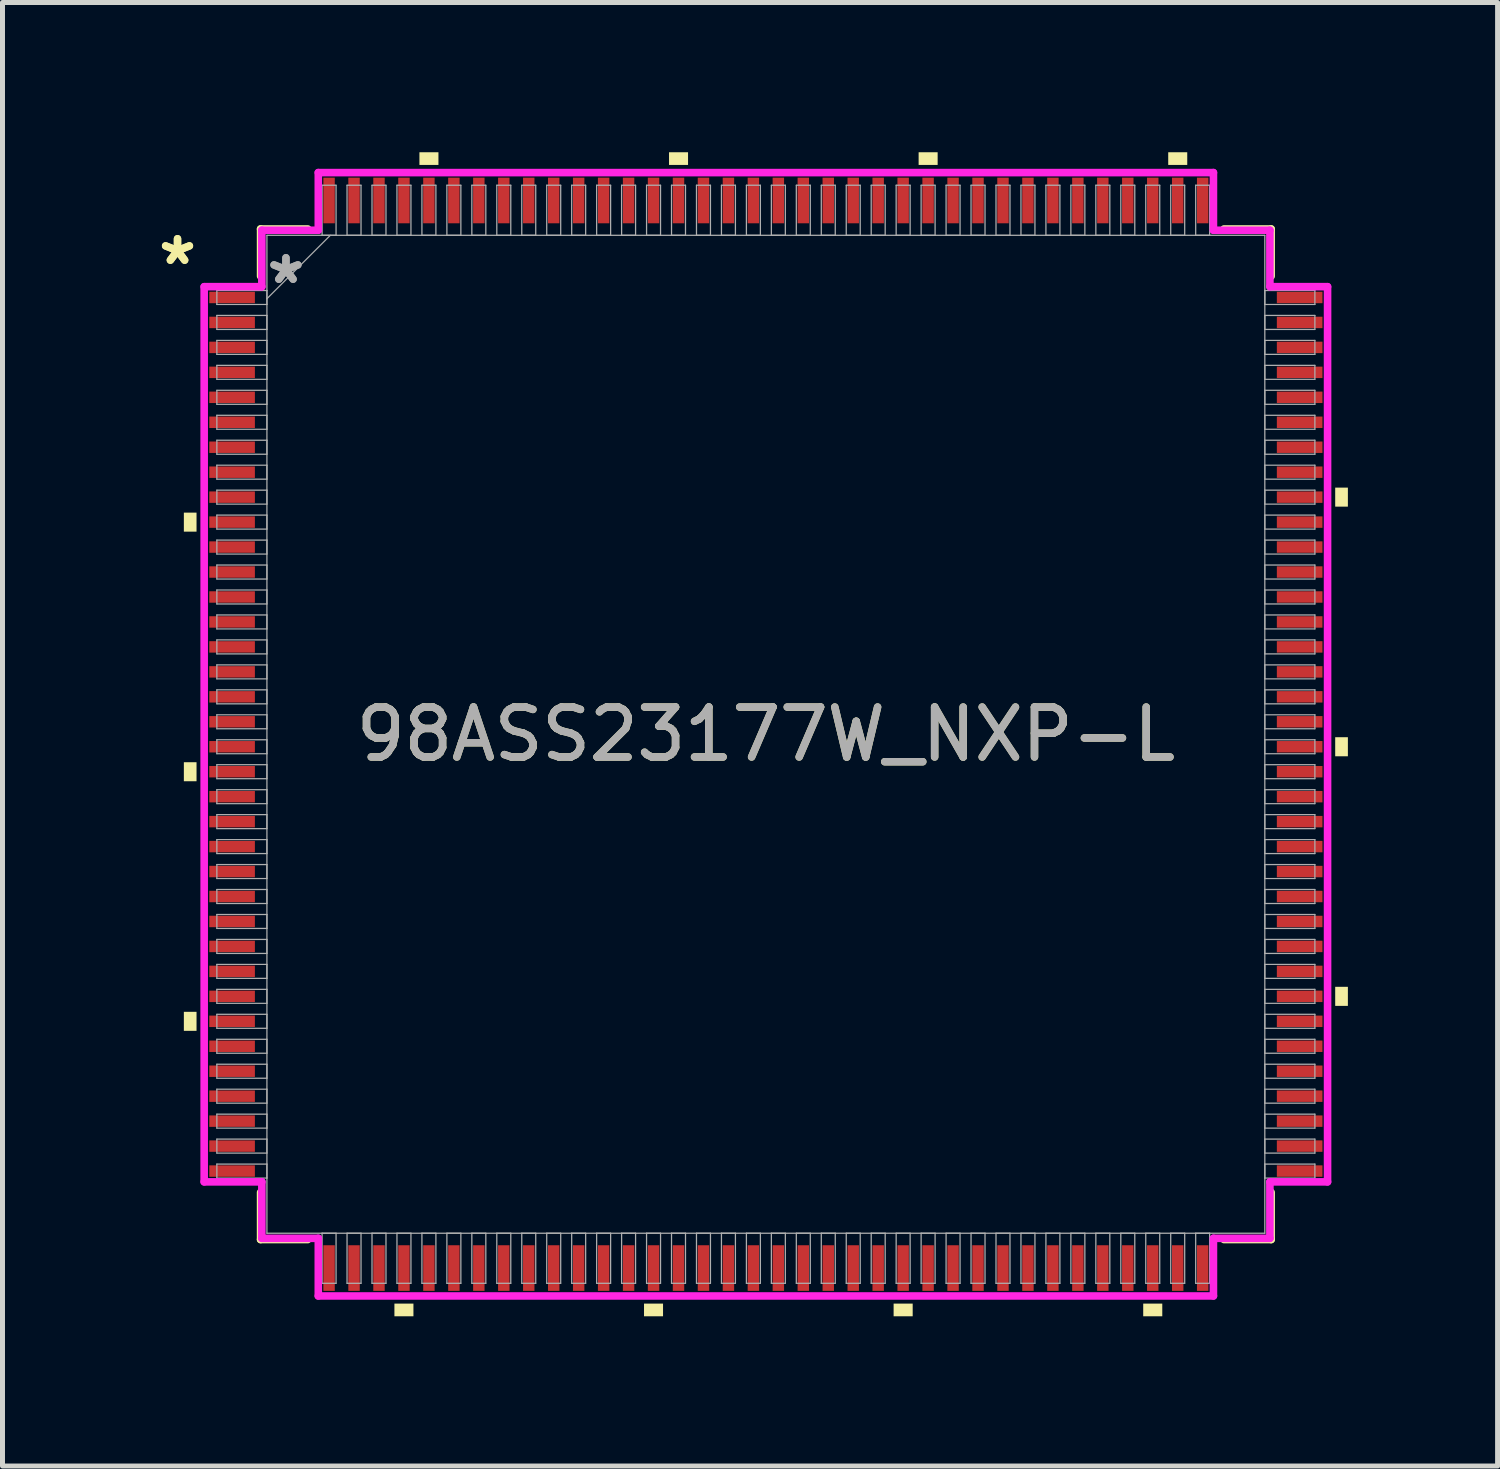
<source format=kicad_pcb>
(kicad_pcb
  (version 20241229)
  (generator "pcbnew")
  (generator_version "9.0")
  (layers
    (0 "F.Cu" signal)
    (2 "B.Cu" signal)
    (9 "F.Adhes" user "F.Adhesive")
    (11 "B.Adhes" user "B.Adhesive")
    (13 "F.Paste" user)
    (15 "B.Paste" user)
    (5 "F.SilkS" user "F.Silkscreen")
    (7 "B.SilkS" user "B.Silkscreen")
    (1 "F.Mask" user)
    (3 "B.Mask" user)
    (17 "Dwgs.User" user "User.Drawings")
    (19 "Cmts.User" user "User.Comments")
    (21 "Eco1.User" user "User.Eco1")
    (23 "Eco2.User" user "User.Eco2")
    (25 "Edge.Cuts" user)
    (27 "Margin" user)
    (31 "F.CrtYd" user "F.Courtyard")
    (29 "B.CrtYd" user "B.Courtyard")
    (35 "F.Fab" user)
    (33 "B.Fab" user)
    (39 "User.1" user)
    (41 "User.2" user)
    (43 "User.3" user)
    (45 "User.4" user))
  (footprint "98ASS23177W_NXP-L"
    (layer "F.Cu")
    (at 12.292 11.659)
    (property "Reference" "98ASS23177W_NXP-L" (at 0 0 0) (unlocked yes) (layer "F.SilkS") (effects (font (size 1 1) (thickness 0.15))))
    (attr smd)
    (fp_line (start -10.122 -10.122) (end -10.122 -9.177) (stroke (width 0.152) (type solid)) (layer "F.SilkS"))
    (fp_line (start -10.122 9.177) (end -10.122 10.122) (stroke (width 0.152) (type solid)) (layer "F.SilkS"))
    (fp_line (start -10.122 10.122) (end -9.177 10.122) (stroke (width 0.152) (type solid)) (layer "F.SilkS"))
    (fp_line (start -9.177 -10.122) (end -10.122 -10.122) (stroke (width 0.152) (type solid)) (layer "F.SilkS"))
    (fp_line (start 9.177 10.122) (end 10.122 10.122) (stroke (width 0.152) (type solid)) (layer "F.SilkS"))
    (fp_line (start 10.122 -10.122) (end 9.177 -10.122) (stroke (width 0.152) (type solid)) (layer "F.SilkS"))
    (fp_line (start 10.122 -9.177) (end 10.122 -10.122) (stroke (width 0.152) (type solid)) (layer "F.SilkS"))
    (fp_line (start 10.122 10.122) (end 10.122 9.177) (stroke (width 0.152) (type solid)) (layer "F.SilkS"))
    (fp_poly (pts (xy -11.659 -4.44) (xy -11.659 -4.059) (xy -11.405 -4.059) (xy -11.405 -4.44)) (stroke (width 0) (type solid)) (fill yes) (layer "F.SilkS"))
    (fp_poly (pts (xy -11.659 0.56) (xy -11.659 0.941) (xy -11.405 0.941) (xy -11.405 0.56)) (stroke (width 0) (type solid)) (fill yes) (layer "F.SilkS"))
    (fp_poly (pts (xy -11.659 5.56) (xy -11.659 5.941) (xy -11.405 5.941) (xy -11.405 5.56)) (stroke (width 0) (type solid)) (fill yes) (layer "F.SilkS"))
    (fp_poly (pts (xy -7.441 11.405) (xy -7.441 11.659) (xy -7.06 11.659) (xy -7.06 11.405)) (stroke (width 0) (type solid)) (fill yes) (layer "F.SilkS"))
    (fp_poly (pts (xy -6.94 -11.405) (xy -6.94 -11.659) (xy -6.559 -11.659) (xy -6.559 -11.405)) (stroke (width 0) (type solid)) (fill yes) (layer "F.SilkS"))
    (fp_poly (pts (xy -2.441 11.405) (xy -2.441 11.659) (xy -2.06 11.659) (xy -2.06 11.405)) (stroke (width 0) (type solid)) (fill yes) (layer "F.SilkS"))
    (fp_poly (pts (xy -1.94 -11.405) (xy -1.94 -11.659) (xy -1.559 -11.659) (xy -1.559 -11.405)) (stroke (width 0) (type solid)) (fill yes) (layer "F.SilkS"))
    (fp_poly (pts (xy 2.559 11.405) (xy 2.559 11.659) (xy 2.941 11.659) (xy 2.941 11.405)) (stroke (width 0) (type solid)) (fill yes) (layer "F.SilkS"))
    (fp_poly (pts (xy 3.06 -11.405) (xy 3.06 -11.659) (xy 3.441 -11.659) (xy 3.441 -11.405)) (stroke (width 0) (type solid)) (fill yes) (layer "F.SilkS"))
    (fp_poly (pts (xy 7.559 11.405) (xy 7.559 11.659) (xy 7.941 11.659) (xy 7.941 11.405)) (stroke (width 0) (type solid)) (fill yes) (layer "F.SilkS"))
    (fp_poly (pts (xy 8.06 -11.405) (xy 8.06 -11.659) (xy 8.441 -11.659) (xy 8.441 -11.405)) (stroke (width 0) (type solid)) (fill yes) (layer "F.SilkS"))
    (fp_poly (pts (xy 11.659 -4.941) (xy 11.659 -4.56) (xy 11.405 -4.56) (xy 11.405 -4.941)) (stroke (width 0) (type solid)) (fill yes) (layer "F.SilkS"))
    (fp_poly (pts (xy 11.659 0.059) (xy 11.659 0.441) (xy 11.405 0.441) (xy 11.405 0.059)) (stroke (width 0) (type solid)) (fill yes) (layer "F.SilkS"))
    (fp_poly (pts (xy 11.659 5.059) (xy 11.659 5.441) (xy 11.405 5.441) (xy 11.405 5.059)) (stroke (width 0) (type solid)) (fill yes) (layer "F.SilkS"))
    (fp_line (start -11.252 -8.966) (end -10.097 -8.966) (stroke (width 0.152) (type solid)) (layer "F.CrtYd"))
    (fp_line (start -11.252 8.966) (end -11.252 -8.966) (stroke (width 0.152) (type solid)) (layer "F.CrtYd"))
    (fp_line (start -10.097 -10.097) (end -8.966 -10.097) (stroke (width 0.152) (type solid)) (layer "F.CrtYd"))
    (fp_line (start -10.097 -8.966) (end -10.097 -10.097) (stroke (width 0.152) (type solid)) (layer "F.CrtYd"))
    (fp_line (start -10.097 8.966) (end -11.252 8.966) (stroke (width 0.152) (type solid)) (layer "F.CrtYd"))
    (fp_line (start -10.097 10.097) (end -10.097 8.966) (stroke (width 0.152) (type solid)) (layer "F.CrtYd"))
    (fp_line (start -10.097 10.097) (end -8.966 10.097) (stroke (width 0.152) (type solid)) (layer "F.CrtYd"))
    (fp_line (start -8.966 -11.252) (end 8.966 -11.252) (stroke (width 0.152) (type solid)) (layer "F.CrtYd"))
    (fp_line (start -8.966 -10.097) (end -8.966 -11.252) (stroke (width 0.152) (type solid)) (layer "F.CrtYd"))
    (fp_line (start -8.966 10.097) (end -8.966 11.252) (stroke (width 0.152) (type solid)) (layer "F.CrtYd"))
    (fp_line (start -8.966 11.252) (end 8.966 11.252) (stroke (width 0.152) (type solid)) (layer "F.CrtYd"))
    (fp_line (start 8.966 -11.252) (end 8.966 -10.097) (stroke (width 0.152) (type solid)) (layer "F.CrtYd"))
    (fp_line (start 8.966 -10.097) (end 10.097 -10.097) (stroke (width 0.152) (type solid)) (layer "F.CrtYd"))
    (fp_line (start 8.966 10.097) (end 10.097 10.097) (stroke (width 0.152) (type solid)) (layer "F.CrtYd"))
    (fp_line (start 8.966 11.252) (end 8.966 10.097) (stroke (width 0.152) (type solid)) (layer "F.CrtYd"))
    (fp_line (start 10.097 -8.966) (end 10.097 -10.097) (stroke (width 0.152) (type solid)) (layer "F.CrtYd"))
    (fp_line (start 10.097 8.966) (end 11.252 8.966) (stroke (width 0.152) (type solid)) (layer "F.CrtYd"))
    (fp_line (start 10.097 10.097) (end 10.097 8.966) (stroke (width 0.152) (type solid)) (layer "F.CrtYd"))
    (fp_line (start 11.252 -8.966) (end 10.097 -8.966) (stroke (width 0.152) (type solid)) (layer "F.CrtYd"))
    (fp_line (start 11.252 8.966) (end 11.252 -8.966) (stroke (width 0.152) (type solid)) (layer "F.CrtYd"))
    (fp_line (start -10.998 -8.89) (end -10.998 -8.61) (stroke (width 0.025) (type solid)) (layer "F.Fab"))
    (fp_line (start -10.998 -8.61) (end -9.995 -8.61) (stroke (width 0.025) (type solid)) (layer "F.Fab"))
    (fp_line (start -10.998 -8.39) (end -10.998 -8.11) (stroke (width 0.025) (type solid)) (layer "F.Fab"))
    (fp_line (start -10.998 -8.11) (end -9.995 -8.11) (stroke (width 0.025) (type solid)) (layer "F.Fab"))
    (fp_line (start -10.998 -7.89) (end -10.998 -7.61) (stroke (width 0.025) (type solid)) (layer "F.Fab"))
    (fp_line (start -10.998 -7.61) (end -9.995 -7.61) (stroke (width 0.025) (type solid)) (layer "F.Fab"))
    (fp_line (start -10.998 -7.39) (end -10.998 -7.11) (stroke (width 0.025) (type solid)) (layer "F.Fab"))
    (fp_line (start -10.998 -7.11) (end -9.995 -7.11) (stroke (width 0.025) (type solid)) (layer "F.Fab"))
    (fp_line (start -10.998 -6.89) (end -10.998 -6.61) (stroke (width 0.025) (type solid)) (layer "F.Fab"))
    (fp_line (start -10.998 -6.61) (end -9.995 -6.61) (stroke (width 0.025) (type solid)) (layer "F.Fab"))
    (fp_line (start -10.998 -6.39) (end -10.998 -6.11) (stroke (width 0.025) (type solid)) (layer "F.Fab"))
    (fp_line (start -10.998 -6.11) (end -9.995 -6.11) (stroke (width 0.025) (type solid)) (layer "F.Fab"))
    (fp_line (start -10.998 -5.89) (end -10.998 -5.61) (stroke (width 0.025) (type solid)) (layer "F.Fab"))
    (fp_line (start -10.998 -5.61) (end -9.995 -5.61) (stroke (width 0.025) (type solid)) (layer "F.Fab"))
    (fp_line (start -10.998 -5.39) (end -10.998 -5.11) (stroke (width 0.025) (type solid)) (layer "F.Fab"))
    (fp_line (start -10.998 -5.11) (end -9.995 -5.11) (stroke (width 0.025) (type solid)) (layer "F.Fab"))
    (fp_line (start -10.998 -4.89) (end -10.998 -4.61) (stroke (width 0.025) (type solid)) (layer "F.Fab"))
    (fp_line (start -10.998 -4.61) (end -9.995 -4.61) (stroke (width 0.025) (type solid)) (layer "F.Fab"))
    (fp_line (start -10.998 -4.39) (end -10.998 -4.11) (stroke (width 0.025) (type solid)) (layer "F.Fab"))
    (fp_line (start -10.998 -4.11) (end -9.995 -4.11) (stroke (width 0.025) (type solid)) (layer "F.Fab"))
    (fp_line (start -10.998 -3.89) (end -10.998 -3.61) (stroke (width 0.025) (type solid)) (layer "F.Fab"))
    (fp_line (start -10.998 -3.61) (end -9.995 -3.61) (stroke (width 0.025) (type solid)) (layer "F.Fab"))
    (fp_line (start -10.998 -3.39) (end -10.998 -3.11) (stroke (width 0.025) (type solid)) (layer "F.Fab"))
    (fp_line (start -10.998 -3.11) (end -9.995 -3.11) (stroke (width 0.025) (type solid)) (layer "F.Fab"))
    (fp_line (start -10.998 -2.89) (end -10.998 -2.61) (stroke (width 0.025) (type solid)) (layer "F.Fab"))
    (fp_line (start -10.998 -2.61) (end -9.995 -2.61) (stroke (width 0.025) (type solid)) (layer "F.Fab"))
    (fp_line (start -10.998 -2.39) (end -10.998 -2.11) (stroke (width 0.025) (type solid)) (layer "F.Fab"))
    (fp_line (start -10.998 -2.11) (end -9.995 -2.11) (stroke (width 0.025) (type solid)) (layer "F.Fab"))
    (fp_line (start -10.998 -1.89) (end -10.998 -1.61) (stroke (width 0.025) (type solid)) (layer "F.Fab"))
    (fp_line (start -10.998 -1.61) (end -9.995 -1.61) (stroke (width 0.025) (type solid)) (layer "F.Fab"))
    (fp_line (start -10.998 -1.39) (end -10.998 -1.11) (stroke (width 0.025) (type solid)) (layer "F.Fab"))
    (fp_line (start -10.998 -1.11) (end -9.995 -1.11) (stroke (width 0.025) (type solid)) (layer "F.Fab"))
    (fp_line (start -10.998 -0.89) (end -10.998 -0.61) (stroke (width 0.025) (type solid)) (layer "F.Fab"))
    (fp_line (start -10.998 -0.61) (end -9.995 -0.61) (stroke (width 0.025) (type solid)) (layer "F.Fab"))
    (fp_line (start -10.998 -0.39) (end -10.998 -0.11) (stroke (width 0.025) (type solid)) (layer "F.Fab"))
    (fp_line (start -10.998 -0.11) (end -9.995 -0.11) (stroke (width 0.025) (type solid)) (layer "F.Fab"))
    (fp_line (start -10.998 0.11) (end -10.998 0.39) (stroke (width 0.025) (type solid)) (layer "F.Fab"))
    (fp_line (start -10.998 0.39) (end -9.995 0.39) (stroke (width 0.025) (type solid)) (layer "F.Fab"))
    (fp_line (start -10.998 0.61) (end -10.998 0.89) (stroke (width 0.025) (type solid)) (layer "F.Fab"))
    (fp_line (start -10.998 0.89) (end -9.995 0.89) (stroke (width 0.025) (type solid)) (layer "F.Fab"))
    (fp_line (start -10.998 1.11) (end -10.998 1.39) (stroke (width 0.025) (type solid)) (layer "F.Fab"))
    (fp_line (start -10.998 1.39) (end -9.995 1.39) (stroke (width 0.025) (type solid)) (layer "F.Fab"))
    (fp_line (start -10.998 1.61) (end -10.998 1.89) (stroke (width 0.025) (type solid)) (layer "F.Fab"))
    (fp_line (start -10.998 1.89) (end -9.995 1.89) (stroke (width 0.025) (type solid)) (layer "F.Fab"))
    (fp_line (start -10.998 2.11) (end -10.998 2.39) (stroke (width 0.025) (type solid)) (layer "F.Fab"))
    (fp_line (start -10.998 2.39) (end -9.995 2.39) (stroke (width 0.025) (type solid)) (layer "F.Fab"))
    (fp_line (start -10.998 2.61) (end -10.998 2.89) (stroke (width 0.025) (type solid)) (layer "F.Fab"))
    (fp_line (start -10.998 2.89) (end -9.995 2.89) (stroke (width 0.025) (type solid)) (layer "F.Fab"))
    (fp_line (start -10.998 3.11) (end -10.998 3.39) (stroke (width 0.025) (type solid)) (layer "F.Fab"))
    (fp_line (start -10.998 3.39) (end -9.995 3.39) (stroke (width 0.025) (type solid)) (layer "F.Fab"))
    (fp_line (start -10.998 3.61) (end -10.998 3.89) (stroke (width 0.025) (type solid)) (layer "F.Fab"))
    (fp_line (start -10.998 3.89) (end -9.995 3.89) (stroke (width 0.025) (type solid)) (layer "F.Fab"))
    (fp_line (start -10.998 4.11) (end -10.998 4.39) (stroke (width 0.025) (type solid)) (layer "F.Fab"))
    (fp_line (start -10.998 4.39) (end -9.995 4.39) (stroke (width 0.025) (type solid)) (layer "F.Fab"))
    (fp_line (start -10.998 4.61) (end -10.998 4.89) (stroke (width 0.025) (type solid)) (layer "F.Fab"))
    (fp_line (start -10.998 4.89) (end -9.995 4.89) (stroke (width 0.025) (type solid)) (layer "F.Fab"))
    (fp_line (start -10.998 5.11) (end -10.998 5.39) (stroke (width 0.025) (type solid)) (layer "F.Fab"))
    (fp_line (start -10.998 5.39) (end -9.995 5.39) (stroke (width 0.025) (type solid)) (layer "F.Fab"))
    (fp_line (start -10.998 5.61) (end -10.998 5.89) (stroke (width 0.025) (type solid)) (layer "F.Fab"))
    (fp_line (start -10.998 5.89) (end -9.995 5.89) (stroke (width 0.025) (type solid)) (layer "F.Fab"))
    (fp_line (start -10.998 6.11) (end -10.998 6.39) (stroke (width 0.025) (type solid)) (layer "F.Fab"))
    (fp_line (start -10.998 6.39) (end -9.995 6.39) (stroke (width 0.025) (type solid)) (layer "F.Fab"))
    (fp_line (start -10.998 6.61) (end -10.998 6.89) (stroke (width 0.025) (type solid)) (layer "F.Fab"))
    (fp_line (start -10.998 6.89) (end -9.995 6.89) (stroke (width 0.025) (type solid)) (layer "F.Fab"))
    (fp_line (start -10.998 7.11) (end -10.998 7.39) (stroke (width 0.025) (type solid)) (layer "F.Fab"))
    (fp_line (start -10.998 7.39) (end -9.995 7.39) (stroke (width 0.025) (type solid)) (layer "F.Fab"))
    (fp_line (start -10.998 7.61) (end -10.998 7.89) (stroke (width 0.025) (type solid)) (layer "F.Fab"))
    (fp_line (start -10.998 7.89) (end -9.995 7.89) (stroke (width 0.025) (type solid)) (layer "F.Fab"))
    (fp_line (start -10.998 8.11) (end -10.998 8.39) (stroke (width 0.025) (type solid)) (layer "F.Fab"))
    (fp_line (start -10.998 8.39) (end -9.995 8.39) (stroke (width 0.025) (type solid)) (layer "F.Fab"))
    (fp_line (start -10.998 8.61) (end -10.998 8.89) (stroke (width 0.025) (type solid)) (layer "F.Fab"))
    (fp_line (start -10.998 8.89) (end -9.995 8.89) (stroke (width 0.025) (type solid)) (layer "F.Fab"))
    (fp_line (start -9.995 -9.995) (end -9.995 9.995) (stroke (width 0.025) (type solid)) (layer "F.Fab"))
    (fp_line (start -9.995 -8.89) (end -10.998 -8.89) (stroke (width 0.025) (type solid)) (layer "F.Fab"))
    (fp_line (start -9.995 -8.725) (end -8.725 -9.995) (stroke (width 0.025) (type solid)) (layer "F.Fab"))
    (fp_line (start -9.995 -8.61) (end -9.995 -8.89) (stroke (width 0.025) (type solid)) (layer "F.Fab"))
    (fp_line (start -9.995 -8.39) (end -10.998 -8.39) (stroke (width 0.025) (type solid)) (layer "F.Fab"))
    (fp_line (start -9.995 -8.11) (end -9.995 -8.39) (stroke (width 0.025) (type solid)) (layer "F.Fab"))
    (fp_line (start -9.995 -7.89) (end -10.998 -7.89) (stroke (width 0.025) (type solid)) (layer "F.Fab"))
    (fp_line (start -9.995 -7.61) (end -9.995 -7.89) (stroke (width 0.025) (type solid)) (layer "F.Fab"))
    (fp_line (start -9.995 -7.39) (end -10.998 -7.39) (stroke (width 0.025) (type solid)) (layer "F.Fab"))
    (fp_line (start -9.995 -7.11) (end -9.995 -7.39) (stroke (width 0.025) (type solid)) (layer "F.Fab"))
    (fp_line (start -9.995 -6.89) (end -10.998 -6.89) (stroke (width 0.025) (type solid)) (layer "F.Fab"))
    (fp_line (start -9.995 -6.61) (end -9.995 -6.89) (stroke (width 0.025) (type solid)) (layer "F.Fab"))
    (fp_line (start -9.995 -6.39) (end -10.998 -6.39) (stroke (width 0.025) (type solid)) (layer "F.Fab"))
    (fp_line (start -9.995 -6.11) (end -9.995 -6.39) (stroke (width 0.025) (type solid)) (layer "F.Fab"))
    (fp_line (start -9.995 -5.89) (end -10.998 -5.89) (stroke (width 0.025) (type solid)) (layer "F.Fab"))
    (fp_line (start -9.995 -5.61) (end -9.995 -5.89) (stroke (width 0.025) (type solid)) (layer "F.Fab"))
    (fp_line (start -9.995 -5.39) (end -10.998 -5.39) (stroke (width 0.025) (type solid)) (layer "F.Fab"))
    (fp_line (start -9.995 -5.11) (end -9.995 -5.39) (stroke (width 0.025) (type solid)) (layer "F.Fab"))
    (fp_line (start -9.995 -4.89) (end -10.998 -4.89) (stroke (width 0.025) (type solid)) (layer "F.Fab"))
    (fp_line (start -9.995 -4.61) (end -9.995 -4.89) (stroke (width 0.025) (type solid)) (layer "F.Fab"))
    (fp_line (start -9.995 -4.39) (end -10.998 -4.39) (stroke (width 0.025) (type solid)) (layer "F.Fab"))
    (fp_line (start -9.995 -4.11) (end -9.995 -4.39) (stroke (width 0.025) (type solid)) (layer "F.Fab"))
    (fp_line (start -9.995 -3.89) (end -10.998 -3.89) (stroke (width 0.025) (type solid)) (layer "F.Fab"))
    (fp_line (start -9.995 -3.61) (end -9.995 -3.89) (stroke (width 0.025) (type solid)) (layer "F.Fab"))
    (fp_line (start -9.995 -3.39) (end -10.998 -3.39) (stroke (width 0.025) (type solid)) (layer "F.Fab"))
    (fp_line (start -9.995 -3.11) (end -9.995 -3.39) (stroke (width 0.025) (type solid)) (layer "F.Fab"))
    (fp_line (start -9.995 -2.89) (end -10.998 -2.89) (stroke (width 0.025) (type solid)) (layer "F.Fab"))
    (fp_line (start -9.995 -2.61) (end -9.995 -2.89) (stroke (width 0.025) (type solid)) (layer "F.Fab"))
    (fp_line (start -9.995 -2.39) (end -10.998 -2.39) (stroke (width 0.025) (type solid)) (layer "F.Fab"))
    (fp_line (start -9.995 -2.11) (end -9.995 -2.39) (stroke (width 0.025) (type solid)) (layer "F.Fab"))
    (fp_line (start -9.995 -1.89) (end -10.998 -1.89) (stroke (width 0.025) (type solid)) (layer "F.Fab"))
    (fp_line (start -9.995 -1.61) (end -9.995 -1.89) (stroke (width 0.025) (type solid)) (layer "F.Fab"))
    (fp_line (start -9.995 -1.39) (end -10.998 -1.39) (stroke (width 0.025) (type solid)) (layer "F.Fab"))
    (fp_line (start -9.995 -1.11) (end -9.995 -1.39) (stroke (width 0.025) (type solid)) (layer "F.Fab"))
    (fp_line (start -9.995 -0.89) (end -10.998 -0.89) (stroke (width 0.025) (type solid)) (layer "F.Fab"))
    (fp_line (start -9.995 -0.61) (end -9.995 -0.89) (stroke (width 0.025) (type solid)) (layer "F.Fab"))
    (fp_line (start -9.995 -0.39) (end -10.998 -0.39) (stroke (width 0.025) (type solid)) (layer "F.Fab"))
    (fp_line (start -9.995 -0.11) (end -9.995 -0.39) (stroke (width 0.025) (type solid)) (layer "F.Fab"))
    (fp_line (start -9.995 0.11) (end -10.998 0.11) (stroke (width 0.025) (type solid)) (layer "F.Fab"))
    (fp_line (start -9.995 0.39) (end -9.995 0.11) (stroke (width 0.025) (type solid)) (layer "F.Fab"))
    (fp_line (start -9.995 0.61) (end -10.998 0.61) (stroke (width 0.025) (type solid)) (layer "F.Fab"))
    (fp_line (start -9.995 0.89) (end -9.995 0.61) (stroke (width 0.025) (type solid)) (layer "F.Fab"))
    (fp_line (start -9.995 1.11) (end -10.998 1.11) (stroke (width 0.025) (type solid)) (layer "F.Fab"))
    (fp_line (start -9.995 1.39) (end -9.995 1.11) (stroke (width 0.025) (type solid)) (layer "F.Fab"))
    (fp_line (start -9.995 1.61) (end -10.998 1.61) (stroke (width 0.025) (type solid)) (layer "F.Fab"))
    (fp_line (start -9.995 1.89) (end -9.995 1.61) (stroke (width 0.025) (type solid)) (layer "F.Fab"))
    (fp_line (start -9.995 2.11) (end -10.998 2.11) (stroke (width 0.025) (type solid)) (layer "F.Fab"))
    (fp_line (start -9.995 2.39) (end -9.995 2.11) (stroke (width 0.025) (type solid)) (layer "F.Fab"))
    (fp_line (start -9.995 2.61) (end -10.998 2.61) (stroke (width 0.025) (type solid)) (layer "F.Fab"))
    (fp_line (start -9.995 2.89) (end -9.995 2.61) (stroke (width 0.025) (type solid)) (layer "F.Fab"))
    (fp_line (start -9.995 3.11) (end -10.998 3.11) (stroke (width 0.025) (type solid)) (layer "F.Fab"))
    (fp_line (start -9.995 3.39) (end -9.995 3.11) (stroke (width 0.025) (type solid)) (layer "F.Fab"))
    (fp_line (start -9.995 3.61) (end -10.998 3.61) (stroke (width 0.025) (type solid)) (layer "F.Fab"))
    (fp_line (start -9.995 3.89) (end -9.995 3.61) (stroke (width 0.025) (type solid)) (layer "F.Fab"))
    (fp_line (start -9.995 4.11) (end -10.998 4.11) (stroke (width 0.025) (type solid)) (layer "F.Fab"))
    (fp_line (start -9.995 4.39) (end -9.995 4.11) (stroke (width 0.025) (type solid)) (layer "F.Fab"))
    (fp_line (start -9.995 4.61) (end -10.998 4.61) (stroke (width 0.025) (type solid)) (layer "F.Fab"))
    (fp_line (start -9.995 4.89) (end -9.995 4.61) (stroke (width 0.025) (type solid)) (layer "F.Fab"))
    (fp_line (start -9.995 5.11) (end -10.998 5.11) (stroke (width 0.025) (type solid)) (layer "F.Fab"))
    (fp_line (start -9.995 5.39) (end -9.995 5.11) (stroke (width 0.025) (type solid)) (layer "F.Fab"))
    (fp_line (start -9.995 5.61) (end -10.998 5.61) (stroke (width 0.025) (type solid)) (layer "F.Fab"))
    (fp_line (start -9.995 5.89) (end -9.995 5.61) (stroke (width 0.025) (type solid)) (layer "F.Fab"))
    (fp_line (start -9.995 6.11) (end -10.998 6.11) (stroke (width 0.025) (type solid)) (layer "F.Fab"))
    (fp_line (start -9.995 6.39) (end -9.995 6.11) (stroke (width 0.025) (type solid)) (layer "F.Fab"))
    (fp_line (start -9.995 6.61) (end -10.998 6.61) (stroke (width 0.025) (type solid)) (layer "F.Fab"))
    (fp_line (start -9.995 6.89) (end -9.995 6.61) (stroke (width 0.025) (type solid)) (layer "F.Fab"))
    (fp_line (start -9.995 7.11) (end -10.998 7.11) (stroke (width 0.025) (type solid)) (layer "F.Fab"))
    (fp_line (start -9.995 7.39) (end -9.995 7.11) (stroke (width 0.025) (type solid)) (layer "F.Fab"))
    (fp_line (start -9.995 7.61) (end -10.998 7.61) (stroke (width 0.025) (type solid)) (layer "F.Fab"))
    (fp_line (start -9.995 7.89) (end -9.995 7.61) (stroke (width 0.025) (type solid)) (layer "F.Fab"))
    (fp_line (start -9.995 8.11) (end -10.998 8.11) (stroke (width 0.025) (type solid)) (layer "F.Fab"))
    (fp_line (start -9.995 8.39) (end -9.995 8.11) (stroke (width 0.025) (type solid)) (layer "F.Fab"))
    (fp_line (start -9.995 8.61) (end -10.998 8.61) (stroke (width 0.025) (type solid)) (layer "F.Fab"))
    (fp_line (start -9.995 8.89) (end -9.995 8.61) (stroke (width 0.025) (type solid)) (layer "F.Fab"))
    (fp_line (start -9.995 9.995) (end 9.995 9.995) (stroke (width 0.025) (type solid)) (layer "F.Fab"))
    (fp_line (start -8.89 -10.998) (end -8.89 -9.995) (stroke (width 0.025) (type solid)) (layer "F.Fab"))
    (fp_line (start -8.89 -9.995) (end -8.61 -9.995) (stroke (width 0.025) (type solid)) (layer "F.Fab"))
    (fp_line (start -8.89 9.995) (end -8.89 10.998) (stroke (width 0.025) (type solid)) (layer "F.Fab"))
    (fp_line (start -8.89 10.998) (end -8.61 10.998) (stroke (width 0.025) (type solid)) (layer "F.Fab"))
    (fp_line (start -8.61 -10.998) (end -8.89 -10.998) (stroke (width 0.025) (type solid)) (layer "F.Fab"))
    (fp_line (start -8.61 -9.995) (end -8.61 -10.998) (stroke (width 0.025) (type solid)) (layer "F.Fab"))
    (fp_line (start -8.61 9.995) (end -8.89 9.995) (stroke (width 0.025) (type solid)) (layer "F.Fab"))
    (fp_line (start -8.61 10.998) (end -8.61 9.995) (stroke (width 0.025) (type solid)) (layer "F.Fab"))
    (fp_line (start -8.39 -10.998) (end -8.39 -9.995) (stroke (width 0.025) (type solid)) (layer "F.Fab"))
    (fp_line (start -8.39 -9.995) (end -8.11 -9.995) (stroke (width 0.025) (type solid)) (layer "F.Fab"))
    (fp_line (start -8.39 9.995) (end -8.39 10.998) (stroke (width 0.025) (type solid)) (layer "F.Fab"))
    (fp_line (start -8.39 10.998) (end -8.11 10.998) (stroke (width 0.025) (type solid)) (layer "F.Fab"))
    (fp_line (start -8.11 -10.998) (end -8.39 -10.998) (stroke (width 0.025) (type solid)) (layer "F.Fab"))
    (fp_line (start -8.11 -9.995) (end -8.11 -10.998) (stroke (width 0.025) (type solid)) (layer "F.Fab"))
    (fp_line (start -8.11 9.995) (end -8.39 9.995) (stroke (width 0.025) (type solid)) (layer "F.Fab"))
    (fp_line (start -8.11 10.998) (end -8.11 9.995) (stroke (width 0.025) (type solid)) (layer "F.Fab"))
    (fp_line (start -7.89 -10.998) (end -7.89 -9.995) (stroke (width 0.025) (type solid)) (layer "F.Fab"))
    (fp_line (start -7.89 -9.995) (end -7.61 -9.995) (stroke (width 0.025) (type solid)) (layer "F.Fab"))
    (fp_line (start -7.89 9.995) (end -7.89 10.998) (stroke (width 0.025) (type solid)) (layer "F.Fab"))
    (fp_line (start -7.89 10.998) (end -7.61 10.998) (stroke (width 0.025) (type solid)) (layer "F.Fab"))
    (fp_line (start -7.61 -10.998) (end -7.89 -10.998) (stroke (width 0.025) (type solid)) (layer "F.Fab"))
    (fp_line (start -7.61 -9.995) (end -7.61 -10.998) (stroke (width 0.025) (type solid)) (layer "F.Fab"))
    (fp_line (start -7.61 9.995) (end -7.89 9.995) (stroke (width 0.025) (type solid)) (layer "F.Fab"))
    (fp_line (start -7.61 10.998) (end -7.61 9.995) (stroke (width 0.025) (type solid)) (layer "F.Fab"))
    (fp_line (start -7.39 -10.998) (end -7.39 -9.995) (stroke (width 0.025) (type solid)) (layer "F.Fab"))
    (fp_line (start -7.39 -9.995) (end -7.11 -9.995) (stroke (width 0.025) (type solid)) (layer "F.Fab"))
    (fp_line (start -7.39 9.995) (end -7.39 10.998) (stroke (width 0.025) (type solid)) (layer "F.Fab"))
    (fp_line (start -7.39 10.998) (end -7.11 10.998) (stroke (width 0.025) (type solid)) (layer "F.Fab"))
    (fp_line (start -7.11 -10.998) (end -7.39 -10.998) (stroke (width 0.025) (type solid)) (layer "F.Fab"))
    (fp_line (start -7.11 -9.995) (end -7.11 -10.998) (stroke (width 0.025) (type solid)) (layer "F.Fab"))
    (fp_line (start -7.11 9.995) (end -7.39 9.995) (stroke (width 0.025) (type solid)) (layer "F.Fab"))
    (fp_line (start -7.11 10.998) (end -7.11 9.995) (stroke (width 0.025) (type solid)) (layer "F.Fab"))
    (fp_line (start -6.89 -10.998) (end -6.89 -9.995) (stroke (width 0.025) (type solid)) (layer "F.Fab"))
    (fp_line (start -6.89 -9.995) (end -6.61 -9.995) (stroke (width 0.025) (type solid)) (layer "F.Fab"))
    (fp_line (start -6.89 9.995) (end -6.89 10.998) (stroke (width 0.025) (type solid)) (layer "F.Fab"))
    (fp_line (start -6.89 10.998) (end -6.61 10.998) (stroke (width 0.025) (type solid)) (layer "F.Fab"))
    (fp_line (start -6.61 -10.998) (end -6.89 -10.998) (stroke (width 0.025) (type solid)) (layer "F.Fab"))
    (fp_line (start -6.61 -9.995) (end -6.61 -10.998) (stroke (width 0.025) (type solid)) (layer "F.Fab"))
    (fp_line (start -6.61 9.995) (end -6.89 9.995) (stroke (width 0.025) (type solid)) (layer "F.Fab"))
    (fp_line (start -6.61 10.998) (end -6.61 9.995) (stroke (width 0.025) (type solid)) (layer "F.Fab"))
    (fp_line (start -6.39 -10.998) (end -6.39 -9.995) (stroke (width 0.025) (type solid)) (layer "F.Fab"))
    (fp_line (start -6.39 -9.995) (end -6.11 -9.995) (stroke (width 0.025) (type solid)) (layer "F.Fab"))
    (fp_line (start -6.39 9.995) (end -6.39 10.998) (stroke (width 0.025) (type solid)) (layer "F.Fab"))
    (fp_line (start -6.39 10.998) (end -6.11 10.998) (stroke (width 0.025) (type solid)) (layer "F.Fab"))
    (fp_line (start -6.11 -10.998) (end -6.39 -10.998) (stroke (width 0.025) (type solid)) (layer "F.Fab"))
    (fp_line (start -6.11 -9.995) (end -6.11 -10.998) (stroke (width 0.025) (type solid)) (layer "F.Fab"))
    (fp_line (start -6.11 9.995) (end -6.39 9.995) (stroke (width 0.025) (type solid)) (layer "F.Fab"))
    (fp_line (start -6.11 10.998) (end -6.11 9.995) (stroke (width 0.025) (type solid)) (layer "F.Fab"))
    (fp_line (start -5.89 -10.998) (end -5.89 -9.995) (stroke (width 0.025) (type solid)) (layer "F.Fab"))
    (fp_line (start -5.89 -9.995) (end -5.61 -9.995) (stroke (width 0.025) (type solid)) (layer "F.Fab"))
    (fp_line (start -5.89 9.995) (end -5.89 10.998) (stroke (width 0.025) (type solid)) (layer "F.Fab"))
    (fp_line (start -5.89 10.998) (end -5.61 10.998) (stroke (width 0.025) (type solid)) (layer "F.Fab"))
    (fp_line (start -5.61 -10.998) (end -5.89 -10.998) (stroke (width 0.025) (type solid)) (layer "F.Fab"))
    (fp_line (start -5.61 -9.995) (end -5.61 -10.998) (stroke (width 0.025) (type solid)) (layer "F.Fab"))
    (fp_line (start -5.61 9.995) (end -5.89 9.995) (stroke (width 0.025) (type solid)) (layer "F.Fab"))
    (fp_line (start -5.61 10.998) (end -5.61 9.995) (stroke (width 0.025) (type solid)) (layer "F.Fab"))
    (fp_line (start -5.39 -10.998) (end -5.39 -9.995) (stroke (width 0.025) (type solid)) (layer "F.Fab"))
    (fp_line (start -5.39 -9.995) (end -5.11 -9.995) (stroke (width 0.025) (type solid)) (layer "F.Fab"))
    (fp_line (start -5.39 9.995) (end -5.39 10.998) (stroke (width 0.025) (type solid)) (layer "F.Fab"))
    (fp_line (start -5.39 10.998) (end -5.11 10.998) (stroke (width 0.025) (type solid)) (layer "F.Fab"))
    (fp_line (start -5.11 -10.998) (end -5.39 -10.998) (stroke (width 0.025) (type solid)) (layer "F.Fab"))
    (fp_line (start -5.11 -9.995) (end -5.11 -10.998) (stroke (width 0.025) (type solid)) (layer "F.Fab"))
    (fp_line (start -5.11 9.995) (end -5.39 9.995) (stroke (width 0.025) (type solid)) (layer "F.Fab"))
    (fp_line (start -5.11 10.998) (end -5.11 9.995) (stroke (width 0.025) (type solid)) (layer "F.Fab"))
    (fp_line (start -4.89 -10.998) (end -4.89 -9.995) (stroke (width 0.025) (type solid)) (layer "F.Fab"))
    (fp_line (start -4.89 -9.995) (end -4.61 -9.995) (stroke (width 0.025) (type solid)) (layer "F.Fab"))
    (fp_line (start -4.89 9.995) (end -4.89 10.998) (stroke (width 0.025) (type solid)) (layer "F.Fab"))
    (fp_line (start -4.89 10.998) (end -4.61 10.998) (stroke (width 0.025) (type solid)) (layer "F.Fab"))
    (fp_line (start -4.61 -10.998) (end -4.89 -10.998) (stroke (width 0.025) (type solid)) (layer "F.Fab"))
    (fp_line (start -4.61 -9.995) (end -4.61 -10.998) (stroke (width 0.025) (type solid)) (layer "F.Fab"))
    (fp_line (start -4.61 9.995) (end -4.89 9.995) (stroke (width 0.025) (type solid)) (layer "F.Fab"))
    (fp_line (start -4.61 10.998) (end -4.61 9.995) (stroke (width 0.025) (type solid)) (layer "F.Fab"))
    (fp_line (start -4.39 -10.998) (end -4.39 -9.995) (stroke (width 0.025) (type solid)) (layer "F.Fab"))
    (fp_line (start -4.39 -9.995) (end -4.11 -9.995) (stroke (width 0.025) (type solid)) (layer "F.Fab"))
    (fp_line (start -4.39 9.995) (end -4.39 10.998) (stroke (width 0.025) (type solid)) (layer "F.Fab"))
    (fp_line (start -4.39 10.998) (end -4.11 10.998) (stroke (width 0.025) (type solid)) (layer "F.Fab"))
    (fp_line (start -4.11 -10.998) (end -4.39 -10.998) (stroke (width 0.025) (type solid)) (layer "F.Fab"))
    (fp_line (start -4.11 -9.995) (end -4.11 -10.998) (stroke (width 0.025) (type solid)) (layer "F.Fab"))
    (fp_line (start -4.11 9.995) (end -4.39 9.995) (stroke (width 0.025) (type solid)) (layer "F.Fab"))
    (fp_line (start -4.11 10.998) (end -4.11 9.995) (stroke (width 0.025) (type solid)) (layer "F.Fab"))
    (fp_line (start -3.89 -10.998) (end -3.89 -9.995) (stroke (width 0.025) (type solid)) (layer "F.Fab"))
    (fp_line (start -3.89 -9.995) (end -3.61 -9.995) (stroke (width 0.025) (type solid)) (layer "F.Fab"))
    (fp_line (start -3.89 9.995) (end -3.89 10.998) (stroke (width 0.025) (type solid)) (layer "F.Fab"))
    (fp_line (start -3.89 10.998) (end -3.61 10.998) (stroke (width 0.025) (type solid)) (layer "F.Fab"))
    (fp_line (start -3.61 -10.998) (end -3.89 -10.998) (stroke (width 0.025) (type solid)) (layer "F.Fab"))
    (fp_line (start -3.61 -9.995) (end -3.61 -10.998) (stroke (width 0.025) (type solid)) (layer "F.Fab"))
    (fp_line (start -3.61 9.995) (end -3.89 9.995) (stroke (width 0.025) (type solid)) (layer "F.Fab"))
    (fp_line (start -3.61 10.998) (end -3.61 9.995) (stroke (width 0.025) (type solid)) (layer "F.Fab"))
    (fp_line (start -3.39 -10.998) (end -3.39 -9.995) (stroke (width 0.025) (type solid)) (layer "F.Fab"))
    (fp_line (start -3.39 -9.995) (end -3.11 -9.995) (stroke (width 0.025) (type solid)) (layer "F.Fab"))
    (fp_line (start -3.39 9.995) (end -3.39 10.998) (stroke (width 0.025) (type solid)) (layer "F.Fab"))
    (fp_line (start -3.39 10.998) (end -3.11 10.998) (stroke (width 0.025) (type solid)) (layer "F.Fab"))
    (fp_line (start -3.11 -10.998) (end -3.39 -10.998) (stroke (width 0.025) (type solid)) (layer "F.Fab"))
    (fp_line (start -3.11 -9.995) (end -3.11 -10.998) (stroke (width 0.025) (type solid)) (layer "F.Fab"))
    (fp_line (start -3.11 9.995) (end -3.39 9.995) (stroke (width 0.025) (type solid)) (layer "F.Fab"))
    (fp_line (start -3.11 10.998) (end -3.11 9.995) (stroke (width 0.025) (type solid)) (layer "F.Fab"))
    (fp_line (start -2.89 -10.998) (end -2.89 -9.995) (stroke (width 0.025) (type solid)) (layer "F.Fab"))
    (fp_line (start -2.89 -9.995) (end -2.61 -9.995) (stroke (width 0.025) (type solid)) (layer "F.Fab"))
    (fp_line (start -2.89 9.995) (end -2.89 10.998) (stroke (width 0.025) (type solid)) (layer "F.Fab"))
    (fp_line (start -2.89 10.998) (end -2.61 10.998) (stroke (width 0.025) (type solid)) (layer "F.Fab"))
    (fp_line (start -2.61 -10.998) (end -2.89 -10.998) (stroke (width 0.025) (type solid)) (layer "F.Fab"))
    (fp_line (start -2.61 -9.995) (end -2.61 -10.998) (stroke (width 0.025) (type solid)) (layer "F.Fab"))
    (fp_line (start -2.61 9.995) (end -2.89 9.995) (stroke (width 0.025) (type solid)) (layer "F.Fab"))
    (fp_line (start -2.61 10.998) (end -2.61 9.995) (stroke (width 0.025) (type solid)) (layer "F.Fab"))
    (fp_line (start -2.39 -10.998) (end -2.39 -9.995) (stroke (width 0.025) (type solid)) (layer "F.Fab"))
    (fp_line (start -2.39 -9.995) (end -2.11 -9.995) (stroke (width 0.025) (type solid)) (layer "F.Fab"))
    (fp_line (start -2.39 9.995) (end -2.39 10.998) (stroke (width 0.025) (type solid)) (layer "F.Fab"))
    (fp_line (start -2.39 10.998) (end -2.11 10.998) (stroke (width 0.025) (type solid)) (layer "F.Fab"))
    (fp_line (start -2.11 -10.998) (end -2.39 -10.998) (stroke (width 0.025) (type solid)) (layer "F.Fab"))
    (fp_line (start -2.11 -9.995) (end -2.11 -10.998) (stroke (width 0.025) (type solid)) (layer "F.Fab"))
    (fp_line (start -2.11 9.995) (end -2.39 9.995) (stroke (width 0.025) (type solid)) (layer "F.Fab"))
    (fp_line (start -2.11 10.998) (end -2.11 9.995) (stroke (width 0.025) (type solid)) (layer "F.Fab"))
    (fp_line (start -1.89 -10.998) (end -1.89 -9.995) (stroke (width 0.025) (type solid)) (layer "F.Fab"))
    (fp_line (start -1.89 -9.995) (end -1.61 -9.995) (stroke (width 0.025) (type solid)) (layer "F.Fab"))
    (fp_line (start -1.89 9.995) (end -1.89 10.998) (stroke (width 0.025) (type solid)) (layer "F.Fab"))
    (fp_line (start -1.89 10.998) (end -1.61 10.998) (stroke (width 0.025) (type solid)) (layer "F.Fab"))
    (fp_line (start -1.61 -10.998) (end -1.89 -10.998) (stroke (width 0.025) (type solid)) (layer "F.Fab"))
    (fp_line (start -1.61 -9.995) (end -1.61 -10.998) (stroke (width 0.025) (type solid)) (layer "F.Fab"))
    (fp_line (start -1.61 9.995) (end -1.89 9.995) (stroke (width 0.025) (type solid)) (layer "F.Fab"))
    (fp_line (start -1.61 10.998) (end -1.61 9.995) (stroke (width 0.025) (type solid)) (layer "F.Fab"))
    (fp_line (start -1.39 -10.998) (end -1.39 -9.995) (stroke (width 0.025) (type solid)) (layer "F.Fab"))
    (fp_line (start -1.39 -9.995) (end -1.11 -9.995) (stroke (width 0.025) (type solid)) (layer "F.Fab"))
    (fp_line (start -1.39 9.995) (end -1.39 10.998) (stroke (width 0.025) (type solid)) (layer "F.Fab"))
    (fp_line (start -1.39 10.998) (end -1.11 10.998) (stroke (width 0.025) (type solid)) (layer "F.Fab"))
    (fp_line (start -1.11 -10.998) (end -1.39 -10.998) (stroke (width 0.025) (type solid)) (layer "F.Fab"))
    (fp_line (start -1.11 -9.995) (end -1.11 -10.998) (stroke (width 0.025) (type solid)) (layer "F.Fab"))
    (fp_line (start -1.11 9.995) (end -1.39 9.995) (stroke (width 0.025) (type solid)) (layer "F.Fab"))
    (fp_line (start -1.11 10.998) (end -1.11 9.995) (stroke (width 0.025) (type solid)) (layer "F.Fab"))
    (fp_line (start -0.89 -10.998) (end -0.89 -9.995) (stroke (width 0.025) (type solid)) (layer "F.Fab"))
    (fp_line (start -0.89 -9.995) (end -0.61 -9.995) (stroke (width 0.025) (type solid)) (layer "F.Fab"))
    (fp_line (start -0.89 9.995) (end -0.89 10.998) (stroke (width 0.025) (type solid)) (layer "F.Fab"))
    (fp_line (start -0.89 10.998) (end -0.61 10.998) (stroke (width 0.025) (type solid)) (layer "F.Fab"))
    (fp_line (start -0.61 -10.998) (end -0.89 -10.998) (stroke (width 0.025) (type solid)) (layer "F.Fab"))
    (fp_line (start -0.61 -9.995) (end -0.61 -10.998) (stroke (width 0.025) (type solid)) (layer "F.Fab"))
    (fp_line (start -0.61 9.995) (end -0.89 9.995) (stroke (width 0.025) (type solid)) (layer "F.Fab"))
    (fp_line (start -0.61 10.998) (end -0.61 9.995) (stroke (width 0.025) (type solid)) (layer "F.Fab"))
    (fp_line (start -0.39 -10.998) (end -0.39 -9.995) (stroke (width 0.025) (type solid)) (layer "F.Fab"))
    (fp_line (start -0.39 -9.995) (end -0.11 -9.995) (stroke (width 0.025) (type solid)) (layer "F.Fab"))
    (fp_line (start -0.39 9.995) (end -0.39 10.998) (stroke (width 0.025) (type solid)) (layer "F.Fab"))
    (fp_line (start -0.39 10.998) (end -0.11 10.998) (stroke (width 0.025) (type solid)) (layer "F.Fab"))
    (fp_line (start -0.11 -10.998) (end -0.39 -10.998) (stroke (width 0.025) (type solid)) (layer "F.Fab"))
    (fp_line (start -0.11 -9.995) (end -0.11 -10.998) (stroke (width 0.025) (type solid)) (layer "F.Fab"))
    (fp_line (start -0.11 9.995) (end -0.39 9.995) (stroke (width 0.025) (type solid)) (layer "F.Fab"))
    (fp_line (start -0.11 10.998) (end -0.11 9.995) (stroke (width 0.025) (type solid)) (layer "F.Fab"))
    (fp_line (start 0.11 -10.998) (end 0.11 -9.995) (stroke (width 0.025) (type solid)) (layer "F.Fab"))
    (fp_line (start 0.11 -9.995) (end 0.39 -9.995) (stroke (width 0.025) (type solid)) (layer "F.Fab"))
    (fp_line (start 0.11 9.995) (end 0.11 10.998) (stroke (width 0.025) (type solid)) (layer "F.Fab"))
    (fp_line (start 0.11 10.998) (end 0.39 10.998) (stroke (width 0.025) (type solid)) (layer "F.Fab"))
    (fp_line (start 0.39 -10.998) (end 0.11 -10.998) (stroke (width 0.025) (type solid)) (layer "F.Fab"))
    (fp_line (start 0.39 -9.995) (end 0.39 -10.998) (stroke (width 0.025) (type solid)) (layer "F.Fab"))
    (fp_line (start 0.39 9.995) (end 0.11 9.995) (stroke (width 0.025) (type solid)) (layer "F.Fab"))
    (fp_line (start 0.39 10.998) (end 0.39 9.995) (stroke (width 0.025) (type solid)) (layer "F.Fab"))
    (fp_line (start 0.61 -10.998) (end 0.61 -9.995) (stroke (width 0.025) (type solid)) (layer "F.Fab"))
    (fp_line (start 0.61 -9.995) (end 0.89 -9.995) (stroke (width 0.025) (type solid)) (layer "F.Fab"))
    (fp_line (start 0.61 9.995) (end 0.61 10.998) (stroke (width 0.025) (type solid)) (layer "F.Fab"))
    (fp_line (start 0.61 10.998) (end 0.89 10.998) (stroke (width 0.025) (type solid)) (layer "F.Fab"))
    (fp_line (start 0.89 -10.998) (end 0.61 -10.998) (stroke (width 0.025) (type solid)) (layer "F.Fab"))
    (fp_line (start 0.89 -9.995) (end 0.89 -10.998) (stroke (width 0.025) (type solid)) (layer "F.Fab"))
    (fp_line (start 0.89 9.995) (end 0.61 9.995) (stroke (width 0.025) (type solid)) (layer "F.Fab"))
    (fp_line (start 0.89 10.998) (end 0.89 9.995) (stroke (width 0.025) (type solid)) (layer "F.Fab"))
    (fp_line (start 1.11 -10.998) (end 1.11 -9.995) (stroke (width 0.025) (type solid)) (layer "F.Fab"))
    (fp_line (start 1.11 -9.995) (end 1.39 -9.995) (stroke (width 0.025) (type solid)) (layer "F.Fab"))
    (fp_line (start 1.11 9.995) (end 1.11 10.998) (stroke (width 0.025) (type solid)) (layer "F.Fab"))
    (fp_line (start 1.11 10.998) (end 1.39 10.998) (stroke (width 0.025) (type solid)) (layer "F.Fab"))
    (fp_line (start 1.39 -10.998) (end 1.11 -10.998) (stroke (width 0.025) (type solid)) (layer "F.Fab"))
    (fp_line (start 1.39 -9.995) (end 1.39 -10.998) (stroke (width 0.025) (type solid)) (layer "F.Fab"))
    (fp_line (start 1.39 9.995) (end 1.11 9.995) (stroke (width 0.025) (type solid)) (layer "F.Fab"))
    (fp_line (start 1.39 10.998) (end 1.39 9.995) (stroke (width 0.025) (type solid)) (layer "F.Fab"))
    (fp_line (start 1.61 -10.998) (end 1.61 -9.995) (stroke (width 0.025) (type solid)) (layer "F.Fab"))
    (fp_line (start 1.61 -9.995) (end 1.89 -9.995) (stroke (width 0.025) (type solid)) (layer "F.Fab"))
    (fp_line (start 1.61 9.995) (end 1.61 10.998) (stroke (width 0.025) (type solid)) (layer "F.Fab"))
    (fp_line (start 1.61 10.998) (end 1.89 10.998) (stroke (width 0.025) (type solid)) (layer "F.Fab"))
    (fp_line (start 1.89 -10.998) (end 1.61 -10.998) (stroke (width 0.025) (type solid)) (layer "F.Fab"))
    (fp_line (start 1.89 -9.995) (end 1.89 -10.998) (stroke (width 0.025) (type solid)) (layer "F.Fab"))
    (fp_line (start 1.89 9.995) (end 1.61 9.995) (stroke (width 0.025) (type solid)) (layer "F.Fab"))
    (fp_line (start 1.89 10.998) (end 1.89 9.995) (stroke (width 0.025) (type solid)) (layer "F.Fab"))
    (fp_line (start 2.11 -10.998) (end 2.11 -9.995) (stroke (width 0.025) (type solid)) (layer "F.Fab"))
    (fp_line (start 2.11 -9.995) (end 2.39 -9.995) (stroke (width 0.025) (type solid)) (layer "F.Fab"))
    (fp_line (start 2.11 9.995) (end 2.11 10.998) (stroke (width 0.025) (type solid)) (layer "F.Fab"))
    (fp_line (start 2.11 10.998) (end 2.39 10.998) (stroke (width 0.025) (type solid)) (layer "F.Fab"))
    (fp_line (start 2.39 -10.998) (end 2.11 -10.998) (stroke (width 0.025) (type solid)) (layer "F.Fab"))
    (fp_line (start 2.39 -9.995) (end 2.39 -10.998) (stroke (width 0.025) (type solid)) (layer "F.Fab"))
    (fp_line (start 2.39 9.995) (end 2.11 9.995) (stroke (width 0.025) (type solid)) (layer "F.Fab"))
    (fp_line (start 2.39 10.998) (end 2.39 9.995) (stroke (width 0.025) (type solid)) (layer "F.Fab"))
    (fp_line (start 2.61 -10.998) (end 2.61 -9.995) (stroke (width 0.025) (type solid)) (layer "F.Fab"))
    (fp_line (start 2.61 -9.995) (end 2.89 -9.995) (stroke (width 0.025) (type solid)) (layer "F.Fab"))
    (fp_line (start 2.61 9.995) (end 2.61 10.998) (stroke (width 0.025) (type solid)) (layer "F.Fab"))
    (fp_line (start 2.61 10.998) (end 2.89 10.998) (stroke (width 0.025) (type solid)) (layer "F.Fab"))
    (fp_line (start 2.89 -10.998) (end 2.61 -10.998) (stroke (width 0.025) (type solid)) (layer "F.Fab"))
    (fp_line (start 2.89 -9.995) (end 2.89 -10.998) (stroke (width 0.025) (type solid)) (layer "F.Fab"))
    (fp_line (start 2.89 9.995) (end 2.61 9.995) (stroke (width 0.025) (type solid)) (layer "F.Fab"))
    (fp_line (start 2.89 10.998) (end 2.89 9.995) (stroke (width 0.025) (type solid)) (layer "F.Fab"))
    (fp_line (start 3.11 -10.998) (end 3.11 -9.995) (stroke (width 0.025) (type solid)) (layer "F.Fab"))
    (fp_line (start 3.11 -9.995) (end 3.39 -9.995) (stroke (width 0.025) (type solid)) (layer "F.Fab"))
    (fp_line (start 3.11 9.995) (end 3.11 10.998) (stroke (width 0.025) (type solid)) (layer "F.Fab"))
    (fp_line (start 3.11 10.998) (end 3.39 10.998) (stroke (width 0.025) (type solid)) (layer "F.Fab"))
    (fp_line (start 3.39 -10.998) (end 3.11 -10.998) (stroke (width 0.025) (type solid)) (layer "F.Fab"))
    (fp_line (start 3.39 -9.995) (end 3.39 -10.998) (stroke (width 0.025) (type solid)) (layer "F.Fab"))
    (fp_line (start 3.39 9.995) (end 3.11 9.995) (stroke (width 0.025) (type solid)) (layer "F.Fab"))
    (fp_line (start 3.39 10.998) (end 3.39 9.995) (stroke (width 0.025) (type solid)) (layer "F.Fab"))
    (fp_line (start 3.61 -10.998) (end 3.61 -9.995) (stroke (width 0.025) (type solid)) (layer "F.Fab"))
    (fp_line (start 3.61 -9.995) (end 3.89 -9.995) (stroke (width 0.025) (type solid)) (layer "F.Fab"))
    (fp_line (start 3.61 9.995) (end 3.61 10.998) (stroke (width 0.025) (type solid)) (layer "F.Fab"))
    (fp_line (start 3.61 10.998) (end 3.89 10.998) (stroke (width 0.025) (type solid)) (layer "F.Fab"))
    (fp_line (start 3.89 -10.998) (end 3.61 -10.998) (stroke (width 0.025) (type solid)) (layer "F.Fab"))
    (fp_line (start 3.89 -9.995) (end 3.89 -10.998) (stroke (width 0.025) (type solid)) (layer "F.Fab"))
    (fp_line (start 3.89 9.995) (end 3.61 9.995) (stroke (width 0.025) (type solid)) (layer "F.Fab"))
    (fp_line (start 3.89 10.998) (end 3.89 9.995) (stroke (width 0.025) (type solid)) (layer "F.Fab"))
    (fp_line (start 4.11 -10.998) (end 4.11 -9.995) (stroke (width 0.025) (type solid)) (layer "F.Fab"))
    (fp_line (start 4.11 -9.995) (end 4.39 -9.995) (stroke (width 0.025) (type solid)) (layer "F.Fab"))
    (fp_line (start 4.11 9.995) (end 4.11 10.998) (stroke (width 0.025) (type solid)) (layer "F.Fab"))
    (fp_line (start 4.11 10.998) (end 4.39 10.998) (stroke (width 0.025) (type solid)) (layer "F.Fab"))
    (fp_line (start 4.39 -10.998) (end 4.11 -10.998) (stroke (width 0.025) (type solid)) (layer "F.Fab"))
    (fp_line (start 4.39 -9.995) (end 4.39 -10.998) (stroke (width 0.025) (type solid)) (layer "F.Fab"))
    (fp_line (start 4.39 9.995) (end 4.11 9.995) (stroke (width 0.025) (type solid)) (layer "F.Fab"))
    (fp_line (start 4.39 10.998) (end 4.39 9.995) (stroke (width 0.025) (type solid)) (layer "F.Fab"))
    (fp_line (start 4.61 -10.998) (end 4.61 -9.995) (stroke (width 0.025) (type solid)) (layer "F.Fab"))
    (fp_line (start 4.61 -9.995) (end 4.89 -9.995) (stroke (width 0.025) (type solid)) (layer "F.Fab"))
    (fp_line (start 4.61 9.995) (end 4.61 10.998) (stroke (width 0.025) (type solid)) (layer "F.Fab"))
    (fp_line (start 4.61 10.998) (end 4.89 10.998) (stroke (width 0.025) (type solid)) (layer "F.Fab"))
    (fp_line (start 4.89 -10.998) (end 4.61 -10.998) (stroke (width 0.025) (type solid)) (layer "F.Fab"))
    (fp_line (start 4.89 -9.995) (end 4.89 -10.998) (stroke (width 0.025) (type solid)) (layer "F.Fab"))
    (fp_line (start 4.89 9.995) (end 4.61 9.995) (stroke (width 0.025) (type solid)) (layer "F.Fab"))
    (fp_line (start 4.89 10.998) (end 4.89 9.995) (stroke (width 0.025) (type solid)) (layer "F.Fab"))
    (fp_line (start 5.11 -10.998) (end 5.11 -9.995) (stroke (width 0.025) (type solid)) (layer "F.Fab"))
    (fp_line (start 5.11 -9.995) (end 5.39 -9.995) (stroke (width 0.025) (type solid)) (layer "F.Fab"))
    (fp_line (start 5.11 9.995) (end 5.11 10.998) (stroke (width 0.025) (type solid)) (layer "F.Fab"))
    (fp_line (start 5.11 10.998) (end 5.39 10.998) (stroke (width 0.025) (type solid)) (layer "F.Fab"))
    (fp_line (start 5.39 -10.998) (end 5.11 -10.998) (stroke (width 0.025) (type solid)) (layer "F.Fab"))
    (fp_line (start 5.39 -9.995) (end 5.39 -10.998) (stroke (width 0.025) (type solid)) (layer "F.Fab"))
    (fp_line (start 5.39 9.995) (end 5.11 9.995) (stroke (width 0.025) (type solid)) (layer "F.Fab"))
    (fp_line (start 5.39 10.998) (end 5.39 9.995) (stroke (width 0.025) (type solid)) (layer "F.Fab"))
    (fp_line (start 5.61 -10.998) (end 5.61 -9.995) (stroke (width 0.025) (type solid)) (layer "F.Fab"))
    (fp_line (start 5.61 -9.995) (end 5.89 -9.995) (stroke (width 0.025) (type solid)) (layer "F.Fab"))
    (fp_line (start 5.61 9.995) (end 5.61 10.998) (stroke (width 0.025) (type solid)) (layer "F.Fab"))
    (fp_line (start 5.61 10.998) (end 5.89 10.998) (stroke (width 0.025) (type solid)) (layer "F.Fab"))
    (fp_line (start 5.89 -10.998) (end 5.61 -10.998) (stroke (width 0.025) (type solid)) (layer "F.Fab"))
    (fp_line (start 5.89 -9.995) (end 5.89 -10.998) (stroke (width 0.025) (type solid)) (layer "F.Fab"))
    (fp_line (start 5.89 9.995) (end 5.61 9.995) (stroke (width 0.025) (type solid)) (layer "F.Fab"))
    (fp_line (start 5.89 10.998) (end 5.89 9.995) (stroke (width 0.025) (type solid)) (layer "F.Fab"))
    (fp_line (start 6.11 -10.998) (end 6.11 -9.995) (stroke (width 0.025) (type solid)) (layer "F.Fab"))
    (fp_line (start 6.11 -9.995) (end 6.39 -9.995) (stroke (width 0.025) (type solid)) (layer "F.Fab"))
    (fp_line (start 6.11 9.995) (end 6.11 10.998) (stroke (width 0.025) (type solid)) (layer "F.Fab"))
    (fp_line (start 6.11 10.998) (end 6.39 10.998) (stroke (width 0.025) (type solid)) (layer "F.Fab"))
    (fp_line (start 6.39 -10.998) (end 6.11 -10.998) (stroke (width 0.025) (type solid)) (layer "F.Fab"))
    (fp_line (start 6.39 -9.995) (end 6.39 -10.998) (stroke (width 0.025) (type solid)) (layer "F.Fab"))
    (fp_line (start 6.39 9.995) (end 6.11 9.995) (stroke (width 0.025) (type solid)) (layer "F.Fab"))
    (fp_line (start 6.39 10.998) (end 6.39 9.995) (stroke (width 0.025) (type solid)) (layer "F.Fab"))
    (fp_line (start 6.61 -10.998) (end 6.61 -9.995) (stroke (width 0.025) (type solid)) (layer "F.Fab"))
    (fp_line (start 6.61 -9.995) (end 6.89 -9.995) (stroke (width 0.025) (type solid)) (layer "F.Fab"))
    (fp_line (start 6.61 9.995) (end 6.61 10.998) (stroke (width 0.025) (type solid)) (layer "F.Fab"))
    (fp_line (start 6.61 10.998) (end 6.89 10.998) (stroke (width 0.025) (type solid)) (layer "F.Fab"))
    (fp_line (start 6.89 -10.998) (end 6.61 -10.998) (stroke (width 0.025) (type solid)) (layer "F.Fab"))
    (fp_line (start 6.89 -9.995) (end 6.89 -10.998) (stroke (width 0.025) (type solid)) (layer "F.Fab"))
    (fp_line (start 6.89 9.995) (end 6.61 9.995) (stroke (width 0.025) (type solid)) (layer "F.Fab"))
    (fp_line (start 6.89 10.998) (end 6.89 9.995) (stroke (width 0.025) (type solid)) (layer "F.Fab"))
    (fp_line (start 7.11 -10.998) (end 7.11 -9.995) (stroke (width 0.025) (type solid)) (layer "F.Fab"))
    (fp_line (start 7.11 -9.995) (end 7.39 -9.995) (stroke (width 0.025) (type solid)) (layer "F.Fab"))
    (fp_line (start 7.11 9.995) (end 7.11 10.998) (stroke (width 0.025) (type solid)) (layer "F.Fab"))
    (fp_line (start 7.11 10.998) (end 7.39 10.998) (stroke (width 0.025) (type solid)) (layer "F.Fab"))
    (fp_line (start 7.39 -10.998) (end 7.11 -10.998) (stroke (width 0.025) (type solid)) (layer "F.Fab"))
    (fp_line (start 7.39 -9.995) (end 7.39 -10.998) (stroke (width 0.025) (type solid)) (layer "F.Fab"))
    (fp_line (start 7.39 9.995) (end 7.11 9.995) (stroke (width 0.025) (type solid)) (layer "F.Fab"))
    (fp_line (start 7.39 10.998) (end 7.39 9.995) (stroke (width 0.025) (type solid)) (layer "F.Fab"))
    (fp_line (start 7.61 -10.998) (end 7.61 -9.995) (stroke (width 0.025) (type solid)) (layer "F.Fab"))
    (fp_line (start 7.61 -9.995) (end 7.89 -9.995) (stroke (width 0.025) (type solid)) (layer "F.Fab"))
    (fp_line (start 7.61 9.995) (end 7.61 10.998) (stroke (width 0.025) (type solid)) (layer "F.Fab"))
    (fp_line (start 7.61 10.998) (end 7.89 10.998) (stroke (width 0.025) (type solid)) (layer "F.Fab"))
    (fp_line (start 7.89 -10.998) (end 7.61 -10.998) (stroke (width 0.025) (type solid)) (layer "F.Fab"))
    (fp_line (start 7.89 -9.995) (end 7.89 -10.998) (stroke (width 0.025) (type solid)) (layer "F.Fab"))
    (fp_line (start 7.89 9.995) (end 7.61 9.995) (stroke (width 0.025) (type solid)) (layer "F.Fab"))
    (fp_line (start 7.89 10.998) (end 7.89 9.995) (stroke (width 0.025) (type solid)) (layer "F.Fab"))
    (fp_line (start 8.11 -10.998) (end 8.11 -9.995) (stroke (width 0.025) (type solid)) (layer "F.Fab"))
    (fp_line (start 8.11 -9.995) (end 8.39 -9.995) (stroke (width 0.025) (type solid)) (layer "F.Fab"))
    (fp_line (start 8.11 9.995) (end 8.11 10.998) (stroke (width 0.025) (type solid)) (layer "F.Fab"))
    (fp_line (start 8.11 10.998) (end 8.39 10.998) (stroke (width 0.025) (type solid)) (layer "F.Fab"))
    (fp_line (start 8.39 -10.998) (end 8.11 -10.998) (stroke (width 0.025) (type solid)) (layer "F.Fab"))
    (fp_line (start 8.39 -9.995) (end 8.39 -10.998) (stroke (width 0.025) (type solid)) (layer "F.Fab"))
    (fp_line (start 8.39 9.995) (end 8.11 9.995) (stroke (width 0.025) (type solid)) (layer "F.Fab"))
    (fp_line (start 8.39 10.998) (end 8.39 9.995) (stroke (width 0.025) (type solid)) (layer "F.Fab"))
    (fp_line (start 8.61 -10.998) (end 8.61 -9.995) (stroke (width 0.025) (type solid)) (layer "F.Fab"))
    (fp_line (start 8.61 -9.995) (end 8.89 -9.995) (stroke (width 0.025) (type solid)) (layer "F.Fab"))
    (fp_line (start 8.61 9.995) (end 8.61 10.998) (stroke (width 0.025) (type solid)) (layer "F.Fab"))
    (fp_line (start 8.61 10.998) (end 8.89 10.998) (stroke (width 0.025) (type solid)) (layer "F.Fab"))
    (fp_line (start 8.89 -10.998) (end 8.61 -10.998) (stroke (width 0.025) (type solid)) (layer "F.Fab"))
    (fp_line (start 8.89 -9.995) (end 8.89 -10.998) (stroke (width 0.025) (type solid)) (layer "F.Fab"))
    (fp_line (start 8.89 9.995) (end 8.61 9.995) (stroke (width 0.025) (type solid)) (layer "F.Fab"))
    (fp_line (start 8.89 10.998) (end 8.89 9.995) (stroke (width 0.025) (type solid)) (layer "F.Fab"))
    (fp_line (start 9.995 -9.995) (end -9.995 -9.995) (stroke (width 0.025) (type solid)) (layer "F.Fab"))
    (fp_line (start 9.995 -8.89) (end 9.995 -8.61) (stroke (width 0.025) (type solid)) (layer "F.Fab"))
    (fp_line (start 9.995 -8.61) (end 10.998 -8.61) (stroke (width 0.025) (type solid)) (layer "F.Fab"))
    (fp_line (start 9.995 -8.39) (end 9.995 -8.11) (stroke (width 0.025) (type solid)) (layer "F.Fab"))
    (fp_line (start 9.995 -8.11) (end 10.998 -8.11) (stroke (width 0.025) (type solid)) (layer "F.Fab"))
    (fp_line (start 9.995 -7.89) (end 9.995 -7.61) (stroke (width 0.025) (type solid)) (layer "F.Fab"))
    (fp_line (start 9.995 -7.61) (end 10.998 -7.61) (stroke (width 0.025) (type solid)) (layer "F.Fab"))
    (fp_line (start 9.995 -7.39) (end 9.995 -7.11) (stroke (width 0.025) (type solid)) (layer "F.Fab"))
    (fp_line (start 9.995 -7.11) (end 10.998 -7.11) (stroke (width 0.025) (type solid)) (layer "F.Fab"))
    (fp_line (start 9.995 -6.89) (end 9.995 -6.61) (stroke (width 0.025) (type solid)) (layer "F.Fab"))
    (fp_line (start 9.995 -6.61) (end 10.998 -6.61) (stroke (width 0.025) (type solid)) (layer "F.Fab"))
    (fp_line (start 9.995 -6.39) (end 9.995 -6.11) (stroke (width 0.025) (type solid)) (layer "F.Fab"))
    (fp_line (start 9.995 -6.11) (end 10.998 -6.11) (stroke (width 0.025) (type solid)) (layer "F.Fab"))
    (fp_line (start 9.995 -5.89) (end 9.995 -5.61) (stroke (width 0.025) (type solid)) (layer "F.Fab"))
    (fp_line (start 9.995 -5.61) (end 10.998 -5.61) (stroke (width 0.025) (type solid)) (layer "F.Fab"))
    (fp_line (start 9.995 -5.39) (end 9.995 -5.11) (stroke (width 0.025) (type solid)) (layer "F.Fab"))
    (fp_line (start 9.995 -5.11) (end 10.998 -5.11) (stroke (width 0.025) (type solid)) (layer "F.Fab"))
    (fp_line (start 9.995 -4.89) (end 9.995 -4.61) (stroke (width 0.025) (type solid)) (layer "F.Fab"))
    (fp_line (start 9.995 -4.61) (end 10.998 -4.61) (stroke (width 0.025) (type solid)) (layer "F.Fab"))
    (fp_line (start 9.995 -4.39) (end 9.995 -4.11) (stroke (width 0.025) (type solid)) (layer "F.Fab"))
    (fp_line (start 9.995 -4.11) (end 10.998 -4.11) (stroke (width 0.025) (type solid)) (layer "F.Fab"))
    (fp_line (start 9.995 -3.89) (end 9.995 -3.61) (stroke (width 0.025) (type solid)) (layer "F.Fab"))
    (fp_line (start 9.995 -3.61) (end 10.998 -3.61) (stroke (width 0.025) (type solid)) (layer "F.Fab"))
    (fp_line (start 9.995 -3.39) (end 9.995 -3.11) (stroke (width 0.025) (type solid)) (layer "F.Fab"))
    (fp_line (start 9.995 -3.11) (end 10.998 -3.11) (stroke (width 0.025) (type solid)) (layer "F.Fab"))
    (fp_line (start 9.995 -2.89) (end 9.995 -2.61) (stroke (width 0.025) (type solid)) (layer "F.Fab"))
    (fp_line (start 9.995 -2.61) (end 10.998 -2.61) (stroke (width 0.025) (type solid)) (layer "F.Fab"))
    (fp_line (start 9.995 -2.39) (end 9.995 -2.11) (stroke (width 0.025) (type solid)) (layer "F.Fab"))
    (fp_line (start 9.995 -2.11) (end 10.998 -2.11) (stroke (width 0.025) (type solid)) (layer "F.Fab"))
    (fp_line (start 9.995 -1.89) (end 9.995 -1.61) (stroke (width 0.025) (type solid)) (layer "F.Fab"))
    (fp_line (start 9.995 -1.61) (end 10.998 -1.61) (stroke (width 0.025) (type solid)) (layer "F.Fab"))
    (fp_line (start 9.995 -1.39) (end 9.995 -1.11) (stroke (width 0.025) (type solid)) (layer "F.Fab"))
    (fp_line (start 9.995 -1.11) (end 10.998 -1.11) (stroke (width 0.025) (type solid)) (layer "F.Fab"))
    (fp_line (start 9.995 -0.89) (end 9.995 -0.61) (stroke (width 0.025) (type solid)) (layer "F.Fab"))
    (fp_line (start 9.995 -0.61) (end 10.998 -0.61) (stroke (width 0.025) (type solid)) (layer "F.Fab"))
    (fp_line (start 9.995 -0.39) (end 9.995 -0.11) (stroke (width 0.025) (type solid)) (layer "F.Fab"))
    (fp_line (start 9.995 -0.11) (end 10.998 -0.11) (stroke (width 0.025) (type solid)) (layer "F.Fab"))
    (fp_line (start 9.995 0.11) (end 9.995 0.39) (stroke (width 0.025) (type solid)) (layer "F.Fab"))
    (fp_line (start 9.995 0.39) (end 10.998 0.39) (stroke (width 0.025) (type solid)) (layer "F.Fab"))
    (fp_line (start 9.995 0.61) (end 9.995 0.89) (stroke (width 0.025) (type solid)) (layer "F.Fab"))
    (fp_line (start 9.995 0.89) (end 10.998 0.89) (stroke (width 0.025) (type solid)) (layer "F.Fab"))
    (fp_line (start 9.995 1.11) (end 9.995 1.39) (stroke (width 0.025) (type solid)) (layer "F.Fab"))
    (fp_line (start 9.995 1.39) (end 10.998 1.39) (stroke (width 0.025) (type solid)) (layer "F.Fab"))
    (fp_line (start 9.995 1.61) (end 9.995 1.89) (stroke (width 0.025) (type solid)) (layer "F.Fab"))
    (fp_line (start 9.995 1.89) (end 10.998 1.89) (stroke (width 0.025) (type solid)) (layer "F.Fab"))
    (fp_line (start 9.995 2.11) (end 9.995 2.39) (stroke (width 0.025) (type solid)) (layer "F.Fab"))
    (fp_line (start 9.995 2.39) (end 10.998 2.39) (stroke (width 0.025) (type solid)) (layer "F.Fab"))
    (fp_line (start 9.995 2.61) (end 9.995 2.89) (stroke (width 0.025) (type solid)) (layer "F.Fab"))
    (fp_line (start 9.995 2.89) (end 10.998 2.89) (stroke (width 0.025) (type solid)) (layer "F.Fab"))
    (fp_line (start 9.995 3.11) (end 9.995 3.39) (stroke (width 0.025) (type solid)) (layer "F.Fab"))
    (fp_line (start 9.995 3.39) (end 10.998 3.39) (stroke (width 0.025) (type solid)) (layer "F.Fab"))
    (fp_line (start 9.995 3.61) (end 9.995 3.89) (stroke (width 0.025) (type solid)) (layer "F.Fab"))
    (fp_line (start 9.995 3.89) (end 10.998 3.89) (stroke (width 0.025) (type solid)) (layer "F.Fab"))
    (fp_line (start 9.995 4.11) (end 9.995 4.39) (stroke (width 0.025) (type solid)) (layer "F.Fab"))
    (fp_line (start 9.995 4.39) (end 10.998 4.39) (stroke (width 0.025) (type solid)) (layer "F.Fab"))
    (fp_line (start 9.995 4.61) (end 9.995 4.89) (stroke (width 0.025) (type solid)) (layer "F.Fab"))
    (fp_line (start 9.995 4.89) (end 10.998 4.89) (stroke (width 0.025) (type solid)) (layer "F.Fab"))
    (fp_line (start 9.995 5.11) (end 9.995 5.39) (stroke (width 0.025) (type solid)) (layer "F.Fab"))
    (fp_line (start 9.995 5.39) (end 10.998 5.39) (stroke (width 0.025) (type solid)) (layer "F.Fab"))
    (fp_line (start 9.995 5.61) (end 9.995 5.89) (stroke (width 0.025) (type solid)) (layer "F.Fab"))
    (fp_line (start 9.995 5.89) (end 10.998 5.89) (stroke (width 0.025) (type solid)) (layer "F.Fab"))
    (fp_line (start 9.995 6.11) (end 9.995 6.39) (stroke (width 0.025) (type solid)) (layer "F.Fab"))
    (fp_line (start 9.995 6.39) (end 10.998 6.39) (stroke (width 0.025) (type solid)) (layer "F.Fab"))
    (fp_line (start 9.995 6.61) (end 9.995 6.89) (stroke (width 0.025) (type solid)) (layer "F.Fab"))
    (fp_line (start 9.995 6.89) (end 10.998 6.89) (stroke (width 0.025) (type solid)) (layer "F.Fab"))
    (fp_line (start 9.995 7.11) (end 9.995 7.39) (stroke (width 0.025) (type solid)) (layer "F.Fab"))
    (fp_line (start 9.995 7.39) (end 10.998 7.39) (stroke (width 0.025) (type solid)) (layer "F.Fab"))
    (fp_line (start 9.995 7.61) (end 9.995 7.89) (stroke (width 0.025) (type solid)) (layer "F.Fab"))
    (fp_line (start 9.995 7.89) (end 10.998 7.89) (stroke (width 0.025) (type solid)) (layer "F.Fab"))
    (fp_line (start 9.995 8.11) (end 9.995 8.39) (stroke (width 0.025) (type solid)) (layer "F.Fab"))
    (fp_line (start 9.995 8.39) (end 10.998 8.39) (stroke (width 0.025) (type solid)) (layer "F.Fab"))
    (fp_line (start 9.995 8.61) (end 9.995 8.89) (stroke (width 0.025) (type solid)) (layer "F.Fab"))
    (fp_line (start 9.995 8.89) (end 10.998 8.89) (stroke (width 0.025) (type solid)) (layer "F.Fab"))
    (fp_line (start 9.995 9.995) (end 9.995 -9.995) (stroke (width 0.025) (type solid)) (layer "F.Fab"))
    (fp_line (start 10.998 -8.89) (end 9.995 -8.89) (stroke (width 0.025) (type solid)) (layer "F.Fab"))
    (fp_line (start 10.998 -8.61) (end 10.998 -8.89) (stroke (width 0.025) (type solid)) (layer "F.Fab"))
    (fp_line (start 10.998 -8.39) (end 9.995 -8.39) (stroke (width 0.025) (type solid)) (layer "F.Fab"))
    (fp_line (start 10.998 -8.11) (end 10.998 -8.39) (stroke (width 0.025) (type solid)) (layer "F.Fab"))
    (fp_line (start 10.998 -7.89) (end 9.995 -7.89) (stroke (width 0.025) (type solid)) (layer "F.Fab"))
    (fp_line (start 10.998 -7.61) (end 10.998 -7.89) (stroke (width 0.025) (type solid)) (layer "F.Fab"))
    (fp_line (start 10.998 -7.39) (end 9.995 -7.39) (stroke (width 0.025) (type solid)) (layer "F.Fab"))
    (fp_line (start 10.998 -7.11) (end 10.998 -7.39) (stroke (width 0.025) (type solid)) (layer "F.Fab"))
    (fp_line (start 10.998 -6.89) (end 9.995 -6.89) (stroke (width 0.025) (type solid)) (layer "F.Fab"))
    (fp_line (start 10.998 -6.61) (end 10.998 -6.89) (stroke (width 0.025) (type solid)) (layer "F.Fab"))
    (fp_line (start 10.998 -6.39) (end 9.995 -6.39) (stroke (width 0.025) (type solid)) (layer "F.Fab"))
    (fp_line (start 10.998 -6.11) (end 10.998 -6.39) (stroke (width 0.025) (type solid)) (layer "F.Fab"))
    (fp_line (start 10.998 -5.89) (end 9.995 -5.89) (stroke (width 0.025) (type solid)) (layer "F.Fab"))
    (fp_line (start 10.998 -5.61) (end 10.998 -5.89) (stroke (width 0.025) (type solid)) (layer "F.Fab"))
    (fp_line (start 10.998 -5.39) (end 9.995 -5.39) (stroke (width 0.025) (type solid)) (layer "F.Fab"))
    (fp_line (start 10.998 -5.11) (end 10.998 -5.39) (stroke (width 0.025) (type solid)) (layer "F.Fab"))
    (fp_line (start 10.998 -4.89) (end 9.995 -4.89) (stroke (width 0.025) (type solid)) (layer "F.Fab"))
    (fp_line (start 10.998 -4.61) (end 10.998 -4.89) (stroke (width 0.025) (type solid)) (layer "F.Fab"))
    (fp_line (start 10.998 -4.39) (end 9.995 -4.39) (stroke (width 0.025) (type solid)) (layer "F.Fab"))
    (fp_line (start 10.998 -4.11) (end 10.998 -4.39) (stroke (width 0.025) (type solid)) (layer "F.Fab"))
    (fp_line (start 10.998 -3.89) (end 9.995 -3.89) (stroke (width 0.025) (type solid)) (layer "F.Fab"))
    (fp_line (start 10.998 -3.61) (end 10.998 -3.89) (stroke (width 0.025) (type solid)) (layer "F.Fab"))
    (fp_line (start 10.998 -3.39) (end 9.995 -3.39) (stroke (width 0.025) (type solid)) (layer "F.Fab"))
    (fp_line (start 10.998 -3.11) (end 10.998 -3.39) (stroke (width 0.025) (type solid)) (layer "F.Fab"))
    (fp_line (start 10.998 -2.89) (end 9.995 -2.89) (stroke (width 0.025) (type solid)) (layer "F.Fab"))
    (fp_line (start 10.998 -2.61) (end 10.998 -2.89) (stroke (width 0.025) (type solid)) (layer "F.Fab"))
    (fp_line (start 10.998 -2.39) (end 9.995 -2.39) (stroke (width 0.025) (type solid)) (layer "F.Fab"))
    (fp_line (start 10.998 -2.11) (end 10.998 -2.39) (stroke (width 0.025) (type solid)) (layer "F.Fab"))
    (fp_line (start 10.998 -1.89) (end 9.995 -1.89) (stroke (width 0.025) (type solid)) (layer "F.Fab"))
    (fp_line (start 10.998 -1.61) (end 10.998 -1.89) (stroke (width 0.025) (type solid)) (layer "F.Fab"))
    (fp_line (start 10.998 -1.39) (end 9.995 -1.39) (stroke (width 0.025) (type solid)) (layer "F.Fab"))
    (fp_line (start 10.998 -1.11) (end 10.998 -1.39) (stroke (width 0.025) (type solid)) (layer "F.Fab"))
    (fp_line (start 10.998 -0.89) (end 9.995 -0.89) (stroke (width 0.025) (type solid)) (layer "F.Fab"))
    (fp_line (start 10.998 -0.61) (end 10.998 -0.89) (stroke (width 0.025) (type solid)) (layer "F.Fab"))
    (fp_line (start 10.998 -0.39) (end 9.995 -0.39) (stroke (width 0.025) (type solid)) (layer "F.Fab"))
    (fp_line (start 10.998 -0.11) (end 10.998 -0.39) (stroke (width 0.025) (type solid)) (layer "F.Fab"))
    (fp_line (start 10.998 0.11) (end 9.995 0.11) (stroke (width 0.025) (type solid)) (layer "F.Fab"))
    (fp_line (start 10.998 0.39) (end 10.998 0.11) (stroke (width 0.025) (type solid)) (layer "F.Fab"))
    (fp_line (start 10.998 0.61) (end 9.995 0.61) (stroke (width 0.025) (type solid)) (layer "F.Fab"))
    (fp_line (start 10.998 0.89) (end 10.998 0.61) (stroke (width 0.025) (type solid)) (layer "F.Fab"))
    (fp_line (start 10.998 1.11) (end 9.995 1.11) (stroke (width 0.025) (type solid)) (layer "F.Fab"))
    (fp_line (start 10.998 1.39) (end 10.998 1.11) (stroke (width 0.025) (type solid)) (layer "F.Fab"))
    (fp_line (start 10.998 1.61) (end 9.995 1.61) (stroke (width 0.025) (type solid)) (layer "F.Fab"))
    (fp_line (start 10.998 1.89) (end 10.998 1.61) (stroke (width 0.025) (type solid)) (layer "F.Fab"))
    (fp_line (start 10.998 2.11) (end 9.995 2.11) (stroke (width 0.025) (type solid)) (layer "F.Fab"))
    (fp_line (start 10.998 2.39) (end 10.998 2.11) (stroke (width 0.025) (type solid)) (layer "F.Fab"))
    (fp_line (start 10.998 2.61) (end 9.995 2.61) (stroke (width 0.025) (type solid)) (layer "F.Fab"))
    (fp_line (start 10.998 2.89) (end 10.998 2.61) (stroke (width 0.025) (type solid)) (layer "F.Fab"))
    (fp_line (start 10.998 3.11) (end 9.995 3.11) (stroke (width 0.025) (type solid)) (layer "F.Fab"))
    (fp_line (start 10.998 3.39) (end 10.998 3.11) (stroke (width 0.025) (type solid)) (layer "F.Fab"))
    (fp_line (start 10.998 3.61) (end 9.995 3.61) (stroke (width 0.025) (type solid)) (layer "F.Fab"))
    (fp_line (start 10.998 3.89) (end 10.998 3.61) (stroke (width 0.025) (type solid)) (layer "F.Fab"))
    (fp_line (start 10.998 4.11) (end 9.995 4.11) (stroke (width 0.025) (type solid)) (layer "F.Fab"))
    (fp_line (start 10.998 4.39) (end 10.998 4.11) (stroke (width 0.025) (type solid)) (layer "F.Fab"))
    (fp_line (start 10.998 4.61) (end 9.995 4.61) (stroke (width 0.025) (type solid)) (layer "F.Fab"))
    (fp_line (start 10.998 4.89) (end 10.998 4.61) (stroke (width 0.025) (type solid)) (layer "F.Fab"))
    (fp_line (start 10.998 5.11) (end 9.995 5.11) (stroke (width 0.025) (type solid)) (layer "F.Fab"))
    (fp_line (start 10.998 5.39) (end 10.998 5.11) (stroke (width 0.025) (type solid)) (layer "F.Fab"))
    (fp_line (start 10.998 5.61) (end 9.995 5.61) (stroke (width 0.025) (type solid)) (layer "F.Fab"))
    (fp_line (start 10.998 5.89) (end 10.998 5.61) (stroke (width 0.025) (type solid)) (layer "F.Fab"))
    (fp_line (start 10.998 6.11) (end 9.995 6.11) (stroke (width 0.025) (type solid)) (layer "F.Fab"))
    (fp_line (start 10.998 6.39) (end 10.998 6.11) (stroke (width 0.025) (type solid)) (layer "F.Fab"))
    (fp_line (start 10.998 6.61) (end 9.995 6.61) (stroke (width 0.025) (type solid)) (layer "F.Fab"))
    (fp_line (start 10.998 6.89) (end 10.998 6.61) (stroke (width 0.025) (type solid)) (layer "F.Fab"))
    (fp_line (start 10.998 7.11) (end 9.995 7.11) (stroke (width 0.025) (type solid)) (layer "F.Fab"))
    (fp_line (start 10.998 7.39) (end 10.998 7.11) (stroke (width 0.025) (type solid)) (layer "F.Fab"))
    (fp_line (start 10.998 7.61) (end 9.995 7.61) (stroke (width 0.025) (type solid)) (layer "F.Fab"))
    (fp_line (start 10.998 7.89) (end 10.998 7.61) (stroke (width 0.025) (type solid)) (layer "F.Fab"))
    (fp_line (start 10.998 8.11) (end 9.995 8.11) (stroke (width 0.025) (type solid)) (layer "F.Fab"))
    (fp_line (start 10.998 8.39) (end 10.998 8.11) (stroke (width 0.025) (type solid)) (layer "F.Fab"))
    (fp_line (start 10.998 8.61) (end 9.995 8.61) (stroke (width 0.025) (type solid)) (layer "F.Fab"))
    (fp_line (start 10.998 8.89) (end 10.998 8.61) (stroke (width 0.025) (type solid)) (layer "F.Fab"))
    (fp_text user "*" (at -11.786 -9.381 0) (unlocked yes) (layer "F.SilkS") (effects (font (size 1 1) (thickness 0.15))))
    (fp_text user "*" (at -11.786 -9.381 0) (layer "F.SilkS") (effects (font (size 1 1) (thickness 0.15))))
    (fp_text user "*" (at -9.614 -9 0) (layer "F.Fab") (effects (font (size 1 1) (thickness 0.15))))
    (fp_text user "*" (at -9.614 -9 0) (unlocked yes) (layer "F.Fab") (effects (font (size 1 1) (thickness 0.15))))
    (fp_text user "${REFERENCE}" (at 0 0 0) (unlocked yes) (layer "F.Fab") (effects (font (size 1 1) (thickness 0.15))))
    (pad "1" smd rect (at -10.693 -8.75 90) (size 0.229 0.914) (layers "F.Cu" "F.Mask" "F.Paste"))
    (pad "2" smd rect (at -10.693 -8.25 90) (size 0.229 0.914) (layers "F.Cu" "F.Mask" "F.Paste"))
    (pad "3" smd rect (at -10.693 -7.75 90) (size 0.229 0.914) (layers "F.Cu" "F.Mask" "F.Paste"))
    (pad "4" smd rect (at -10.693 -7.25 90) (size 0.229 0.914) (layers "F.Cu" "F.Mask" "F.Paste"))
    (pad "5" smd rect (at -10.693 -6.75 90) (size 0.229 0.914) (layers "F.Cu" "F.Mask" "F.Paste"))
    (pad "6" smd rect (at -10.693 -6.25 90) (size 0.229 0.914) (layers "F.Cu" "F.Mask" "F.Paste"))
    (pad "7" smd rect (at -10.693 -5.75 90) (size 0.229 0.914) (layers "F.Cu" "F.Mask" "F.Paste"))
    (pad "8" smd rect (at -10.693 -5.25 90) (size 0.229 0.914) (layers "F.Cu" "F.Mask" "F.Paste"))
    (pad "9" smd rect (at -10.693 -4.75 90) (size 0.229 0.914) (layers "F.Cu" "F.Mask" "F.Paste"))
    (pad "10" smd rect (at -10.693 -4.25 90) (size 0.229 0.914) (layers "F.Cu" "F.Mask" "F.Paste"))
    (pad "11" smd rect (at -10.693 -3.75 90) (size 0.229 0.914) (layers "F.Cu" "F.Mask" "F.Paste"))
    (pad "12" smd rect (at -10.693 -3.25 90) (size 0.229 0.914) (layers "F.Cu" "F.Mask" "F.Paste"))
    (pad "13" smd rect (at -10.693 -2.75 90) (size 0.229 0.914) (layers "F.Cu" "F.Mask" "F.Paste"))
    (pad "14" smd rect (at -10.693 -2.25 90) (size 0.229 0.914) (layers "F.Cu" "F.Mask" "F.Paste"))
    (pad "15" smd rect (at -10.693 -1.75 90) (size 0.229 0.914) (layers "F.Cu" "F.Mask" "F.Paste"))
    (pad "16" smd rect (at -10.693 -1.25 90) (size 0.229 0.914) (layers "F.Cu" "F.Mask" "F.Paste"))
    (pad "17" smd rect (at -10.693 -0.75 90) (size 0.229 0.914) (layers "F.Cu" "F.Mask" "F.Paste"))
    (pad "18" smd rect (at -10.693 -0.25 90) (size 0.229 0.914) (layers "F.Cu" "F.Mask" "F.Paste"))
    (pad "19" smd rect (at -10.693 0.25 90) (size 0.229 0.914) (layers "F.Cu" "F.Mask" "F.Paste"))
    (pad "20" smd rect (at -10.693 0.75 90) (size 0.229 0.914) (layers "F.Cu" "F.Mask" "F.Paste"))
    (pad "21" smd rect (at -10.693 1.25 90) (size 0.229 0.914) (layers "F.Cu" "F.Mask" "F.Paste"))
    (pad "22" smd rect (at -10.693 1.75 90) (size 0.229 0.914) (layers "F.Cu" "F.Mask" "F.Paste"))
    (pad "23" smd rect (at -10.693 2.25 90) (size 0.229 0.914) (layers "F.Cu" "F.Mask" "F.Paste"))
    (pad "24" smd rect (at -10.693 2.75 90) (size 0.229 0.914) (layers "F.Cu" "F.Mask" "F.Paste"))
    (pad "25" smd rect (at -10.693 3.25 90) (size 0.229 0.914) (layers "F.Cu" "F.Mask" "F.Paste"))
    (pad "26" smd rect (at -10.693 3.75 90) (size 0.229 0.914) (layers "F.Cu" "F.Mask" "F.Paste"))
    (pad "27" smd rect (at -10.693 4.25 90) (size 0.229 0.914) (layers "F.Cu" "F.Mask" "F.Paste"))
    (pad "28" smd rect (at -10.693 4.75 90) (size 0.229 0.914) (layers "F.Cu" "F.Mask" "F.Paste"))
    (pad "29" smd rect (at -10.693 5.25 90) (size 0.229 0.914) (layers "F.Cu" "F.Mask" "F.Paste"))
    (pad "30" smd rect (at -10.693 5.75 90) (size 0.229 0.914) (layers "F.Cu" "F.Mask" "F.Paste"))
    (pad "31" smd rect (at -10.693 6.25 90) (size 0.229 0.914) (layers "F.Cu" "F.Mask" "F.Paste"))
    (pad "32" smd rect (at -10.693 6.75 90) (size 0.229 0.914) (layers "F.Cu" "F.Mask" "F.Paste"))
    (pad "33" smd rect (at -10.693 7.25 90) (size 0.229 0.914) (layers "F.Cu" "F.Mask" "F.Paste"))
    (pad "34" smd rect (at -10.693 7.75 90) (size 0.229 0.914) (layers "F.Cu" "F.Mask" "F.Paste"))
    (pad "35" smd rect (at -10.693 8.25 90) (size 0.229 0.914) (layers "F.Cu" "F.Mask" "F.Paste"))
    (pad "36" smd rect (at -10.693 8.75 90) (size 0.229 0.914) (layers "F.Cu" "F.Mask" "F.Paste"))
    (pad "37" smd rect (at -8.75 10.693) (size 0.229 0.914) (layers "F.Cu" "F.Mask" "F.Paste"))
    (pad "38" smd rect (at -8.25 10.693) (size 0.229 0.914) (layers "F.Cu" "F.Mask" "F.Paste"))
    (pad "39" smd rect (at -7.75 10.693) (size 0.229 0.914) (layers "F.Cu" "F.Mask" "F.Paste"))
    (pad "40" smd rect (at -7.25 10.693) (size 0.229 0.914) (layers "F.Cu" "F.Mask" "F.Paste"))
    (pad "41" smd rect (at -6.75 10.693) (size 0.229 0.914) (layers "F.Cu" "F.Mask" "F.Paste"))
    (pad "42" smd rect (at -6.25 10.693) (size 0.229 0.914) (layers "F.Cu" "F.Mask" "F.Paste"))
    (pad "43" smd rect (at -5.75 10.693) (size 0.229 0.914) (layers "F.Cu" "F.Mask" "F.Paste"))
    (pad "44" smd rect (at -5.25 10.693) (size 0.229 0.914) (layers "F.Cu" "F.Mask" "F.Paste"))
    (pad "45" smd rect (at -4.75 10.693) (size 0.229 0.914) (layers "F.Cu" "F.Mask" "F.Paste"))
    (pad "46" smd rect (at -4.25 10.693) (size 0.229 0.914) (layers "F.Cu" "F.Mask" "F.Paste"))
    (pad "47" smd rect (at -3.75 10.693) (size 0.229 0.914) (layers "F.Cu" "F.Mask" "F.Paste"))
    (pad "48" smd rect (at -3.25 10.693) (size 0.229 0.914) (layers "F.Cu" "F.Mask" "F.Paste"))
    (pad "49" smd rect (at -2.75 10.693) (size 0.229 0.914) (layers "F.Cu" "F.Mask" "F.Paste"))
    (pad "50" smd rect (at -2.25 10.693) (size 0.229 0.914) (layers "F.Cu" "F.Mask" "F.Paste"))
    (pad "51" smd rect (at -1.75 10.693) (size 0.229 0.914) (layers "F.Cu" "F.Mask" "F.Paste"))
    (pad "52" smd rect (at -1.25 10.693) (size 0.229 0.914) (layers "F.Cu" "F.Mask" "F.Paste"))
    (pad "53" smd rect (at -0.75 10.693) (size 0.229 0.914) (layers "F.Cu" "F.Mask" "F.Paste"))
    (pad "54" smd rect (at -0.25 10.693) (size 0.229 0.914) (layers "F.Cu" "F.Mask" "F.Paste"))
    (pad "55" smd rect (at 0.25 10.693) (size 0.229 0.914) (layers "F.Cu" "F.Mask" "F.Paste"))
    (pad "56" smd rect (at 0.75 10.693) (size 0.229 0.914) (layers "F.Cu" "F.Mask" "F.Paste"))
    (pad "57" smd rect (at 1.25 10.693) (size 0.229 0.914) (layers "F.Cu" "F.Mask" "F.Paste"))
    (pad "58" smd rect (at 1.75 10.693) (size 0.229 0.914) (layers "F.Cu" "F.Mask" "F.Paste"))
    (pad "59" smd rect (at 2.25 10.693) (size 0.229 0.914) (layers "F.Cu" "F.Mask" "F.Paste"))
    (pad "60" smd rect (at 2.75 10.693) (size 0.229 0.914) (layers "F.Cu" "F.Mask" "F.Paste"))
    (pad "61" smd rect (at 3.25 10.693) (size 0.229 0.914) (layers "F.Cu" "F.Mask" "F.Paste"))
    (pad "62" smd rect (at 3.75 10.693) (size 0.229 0.914) (layers "F.Cu" "F.Mask" "F.Paste"))
    (pad "63" smd rect (at 4.25 10.693) (size 0.229 0.914) (layers "F.Cu" "F.Mask" "F.Paste"))
    (pad "64" smd rect (at 4.75 10.693) (size 0.229 0.914) (layers "F.Cu" "F.Mask" "F.Paste"))
    (pad "65" smd rect (at 5.25 10.693) (size 0.229 0.914) (layers "F.Cu" "F.Mask" "F.Paste"))
    (pad "66" smd rect (at 5.75 10.693) (size 0.229 0.914) (layers "F.Cu" "F.Mask" "F.Paste"))
    (pad "67" smd rect (at 6.25 10.693) (size 0.229 0.914) (layers "F.Cu" "F.Mask" "F.Paste"))
    (pad "68" smd rect (at 6.75 10.693) (size 0.229 0.914) (layers "F.Cu" "F.Mask" "F.Paste"))
    (pad "69" smd rect (at 7.25 10.693) (size 0.229 0.914) (layers "F.Cu" "F.Mask" "F.Paste"))
    (pad "70" smd rect (at 7.75 10.693) (size 0.229 0.914) (layers "F.Cu" "F.Mask" "F.Paste"))
    (pad "71" smd rect (at 8.25 10.693) (size 0.229 0.914) (layers "F.Cu" "F.Mask" "F.Paste"))
    (pad "72" smd rect (at 8.75 10.693) (size 0.229 0.914) (layers "F.Cu" "F.Mask" "F.Paste"))
    (pad "73" smd rect (at 10.693 8.75 90) (size 0.229 0.914) (layers "F.Cu" "F.Mask" "F.Paste"))
    (pad "74" smd rect (at 10.693 8.25 90) (size 0.229 0.914) (layers "F.Cu" "F.Mask" "F.Paste"))
    (pad "75" smd rect (at 10.693 7.75 90) (size 0.229 0.914) (layers "F.Cu" "F.Mask" "F.Paste"))
    (pad "76" smd rect (at 10.693 7.25 90) (size 0.229 0.914) (layers "F.Cu" "F.Mask" "F.Paste"))
    (pad "77" smd rect (at 10.693 6.75 90) (size 0.229 0.914) (layers "F.Cu" "F.Mask" "F.Paste"))
    (pad "78" smd rect (at 10.693 6.25 90) (size 0.229 0.914) (layers "F.Cu" "F.Mask" "F.Paste"))
    (pad "79" smd rect (at 10.693 5.75 90) (size 0.229 0.914) (layers "F.Cu" "F.Mask" "F.Paste"))
    (pad "80" smd rect (at 10.693 5.25 90) (size 0.229 0.914) (layers "F.Cu" "F.Mask" "F.Paste"))
    (pad "81" smd rect (at 10.693 4.75 90) (size 0.229 0.914) (layers "F.Cu" "F.Mask" "F.Paste"))
    (pad "82" smd rect (at 10.693 4.25 90) (size 0.229 0.914) (layers "F.Cu" "F.Mask" "F.Paste"))
    (pad "83" smd rect (at 10.693 3.75 90) (size 0.229 0.914) (layers "F.Cu" "F.Mask" "F.Paste"))
    (pad "84" smd rect (at 10.693 3.25 90) (size 0.229 0.914) (layers "F.Cu" "F.Mask" "F.Paste"))
    (pad "85" smd rect (at 10.693 2.75 90) (size 0.229 0.914) (layers "F.Cu" "F.Mask" "F.Paste"))
    (pad "86" smd rect (at 10.693 2.25 90) (size 0.229 0.914) (layers "F.Cu" "F.Mask" "F.Paste"))
    (pad "87" smd rect (at 10.693 1.75 90) (size 0.229 0.914) (layers "F.Cu" "F.Mask" "F.Paste"))
    (pad "88" smd rect (at 10.693 1.25 90) (size 0.229 0.914) (layers "F.Cu" "F.Mask" "F.Paste"))
    (pad "89" smd rect (at 10.693 0.75 90) (size 0.229 0.914) (layers "F.Cu" "F.Mask" "F.Paste"))
    (pad "90" smd rect (at 10.693 0.25 90) (size 0.229 0.914) (layers "F.Cu" "F.Mask" "F.Paste"))
    (pad "91" smd rect (at 10.693 -0.25 90) (size 0.229 0.914) (layers "F.Cu" "F.Mask" "F.Paste"))
    (pad "92" smd rect (at 10.693 -0.75 90) (size 0.229 0.914) (layers "F.Cu" "F.Mask" "F.Paste"))
    (pad "93" smd rect (at 10.693 -1.25 90) (size 0.229 0.914) (layers "F.Cu" "F.Mask" "F.Paste"))
    (pad "94" smd rect (at 10.693 -1.75 90) (size 0.229 0.914) (layers "F.Cu" "F.Mask" "F.Paste"))
    (pad "95" smd rect (at 10.693 -2.25 90) (size 0.229 0.914) (layers "F.Cu" "F.Mask" "F.Paste"))
    (pad "96" smd rect (at 10.693 -2.75 90) (size 0.229 0.914) (layers "F.Cu" "F.Mask" "F.Paste"))
    (pad "97" smd rect (at 10.693 -3.25 90) (size 0.229 0.914) (layers "F.Cu" "F.Mask" "F.Paste"))
    (pad "98" smd rect (at 10.693 -3.75 90) (size 0.229 0.914) (layers "F.Cu" "F.Mask" "F.Paste"))
    (pad "99" smd rect (at 10.693 -4.25 90) (size 0.229 0.914) (layers "F.Cu" "F.Mask" "F.Paste"))
    (pad "100" smd rect (at 10.693 -4.75 90) (size 0.229 0.914) (layers "F.Cu" "F.Mask" "F.Paste"))
    (pad "101" smd rect (at 10.693 -5.25 90) (size 0.229 0.914) (layers "F.Cu" "F.Mask" "F.Paste"))
    (pad "102" smd rect (at 10.693 -5.75 90) (size 0.229 0.914) (layers "F.Cu" "F.Mask" "F.Paste"))
    (pad "103" smd rect (at 10.693 -6.25 90) (size 0.229 0.914) (layers "F.Cu" "F.Mask" "F.Paste"))
    (pad "104" smd rect (at 10.693 -6.75 90) (size 0.229 0.914) (layers "F.Cu" "F.Mask" "F.Paste"))
    (pad "105" smd rect (at 10.693 -7.25 90) (size 0.229 0.914) (layers "F.Cu" "F.Mask" "F.Paste"))
    (pad "106" smd rect (at 10.693 -7.75 90) (size 0.229 0.914) (layers "F.Cu" "F.Mask" "F.Paste"))
    (pad "107" smd rect (at 10.693 -8.25 90) (size 0.229 0.914) (layers "F.Cu" "F.Mask" "F.Paste"))
    (pad "108" smd rect (at 10.693 -8.75 90) (size 0.229 0.914) (layers "F.Cu" "F.Mask" "F.Paste"))
    (pad "109" smd rect (at 8.75 -10.693) (size 0.229 0.914) (layers "F.Cu" "F.Mask" "F.Paste"))
    (pad "110" smd rect (at 8.25 -10.693) (size 0.229 0.914) (layers "F.Cu" "F.Mask" "F.Paste"))
    (pad "111" smd rect (at 7.75 -10.693) (size 0.229 0.914) (layers "F.Cu" "F.Mask" "F.Paste"))
    (pad "112" smd rect (at 7.25 -10.693) (size 0.229 0.914) (layers "F.Cu" "F.Mask" "F.Paste"))
    (pad "113" smd rect (at 6.75 -10.693) (size 0.229 0.914) (layers "F.Cu" "F.Mask" "F.Paste"))
    (pad "114" smd rect (at 6.25 -10.693) (size 0.229 0.914) (layers "F.Cu" "F.Mask" "F.Paste"))
    (pad "115" smd rect (at 5.75 -10.693) (size 0.229 0.914) (layers "F.Cu" "F.Mask" "F.Paste"))
    (pad "116" smd rect (at 5.25 -10.693) (size 0.229 0.914) (layers "F.Cu" "F.Mask" "F.Paste"))
    (pad "117" smd rect (at 4.75 -10.693) (size 0.229 0.914) (layers "F.Cu" "F.Mask" "F.Paste"))
    (pad "118" smd rect (at 4.25 -10.693) (size 0.229 0.914) (layers "F.Cu" "F.Mask" "F.Paste"))
    (pad "119" smd rect (at 3.75 -10.693) (size 0.229 0.914) (layers "F.Cu" "F.Mask" "F.Paste"))
    (pad "120" smd rect (at 3.25 -10.693) (size 0.229 0.914) (layers "F.Cu" "F.Mask" "F.Paste"))
    (pad "121" smd rect (at 2.75 -10.693) (size 0.229 0.914) (layers "F.Cu" "F.Mask" "F.Paste"))
    (pad "122" smd rect (at 2.25 -10.693) (size 0.229 0.914) (layers "F.Cu" "F.Mask" "F.Paste"))
    (pad "123" smd rect (at 1.75 -10.693) (size 0.229 0.914) (layers "F.Cu" "F.Mask" "F.Paste"))
    (pad "124" smd rect (at 1.25 -10.693) (size 0.229 0.914) (layers "F.Cu" "F.Mask" "F.Paste"))
    (pad "125" smd rect (at 0.75 -10.693) (size 0.229 0.914) (layers "F.Cu" "F.Mask" "F.Paste"))
    (pad "126" smd rect (at 0.25 -10.693) (size 0.229 0.914) (layers "F.Cu" "F.Mask" "F.Paste"))
    (pad "127" smd rect (at -0.25 -10.693) (size 0.229 0.914) (layers "F.Cu" "F.Mask" "F.Paste"))
    (pad "128" smd rect (at -0.75 -10.693) (size 0.229 0.914) (layers "F.Cu" "F.Mask" "F.Paste"))
    (pad "129" smd rect (at -1.25 -10.693) (size 0.229 0.914) (layers "F.Cu" "F.Mask" "F.Paste"))
    (pad "130" smd rect (at -1.75 -10.693) (size 0.229 0.914) (layers "F.Cu" "F.Mask" "F.Paste"))
    (pad "131" smd rect (at -2.25 -10.693) (size 0.229 0.914) (layers "F.Cu" "F.Mask" "F.Paste"))
    (pad "132" smd rect (at -2.75 -10.693) (size 0.229 0.914) (layers "F.Cu" "F.Mask" "F.Paste"))
    (pad "133" smd rect (at -3.25 -10.693) (size 0.229 0.914) (layers "F.Cu" "F.Mask" "F.Paste"))
    (pad "134" smd rect (at -3.75 -10.693) (size 0.229 0.914) (layers "F.Cu" "F.Mask" "F.Paste"))
    (pad "135" smd rect (at -4.25 -10.693) (size 0.229 0.914) (layers "F.Cu" "F.Mask" "F.Paste"))
    (pad "136" smd rect (at -4.75 -10.693) (size 0.229 0.914) (layers "F.Cu" "F.Mask" "F.Paste"))
    (pad "137" smd rect (at -5.25 -10.693) (size 0.229 0.914) (layers "F.Cu" "F.Mask" "F.Paste"))
    (pad "138" smd rect (at -5.75 -10.693) (size 0.229 0.914) (layers "F.Cu" "F.Mask" "F.Paste"))
    (pad "139" smd rect (at -6.25 -10.693) (size 0.229 0.914) (layers "F.Cu" "F.Mask" "F.Paste"))
    (pad "140" smd rect (at -6.75 -10.693) (size 0.229 0.914) (layers "F.Cu" "F.Mask" "F.Paste"))
    (pad "141" smd rect (at -7.25 -10.693) (size 0.229 0.914) (layers "F.Cu" "F.Mask" "F.Paste"))
    (pad "142" smd rect (at -7.75 -10.693) (size 0.229 0.914) (layers "F.Cu" "F.Mask" "F.Paste"))
    (pad "143" smd rect (at -8.25 -10.693) (size 0.229 0.914) (layers "F.Cu" "F.Mask" "F.Paste"))
    (pad "144" smd rect (at -8.75 -10.693) (size 0.229 0.914) (layers "F.Cu" "F.Mask" "F.Paste")))
  (gr_rect
    (start -3 -3)
    (end 26.95 26.317)
    (stroke (width 0.1) (type default))
    (fill no)
    (layer "Edge.Cuts")))
</source>
